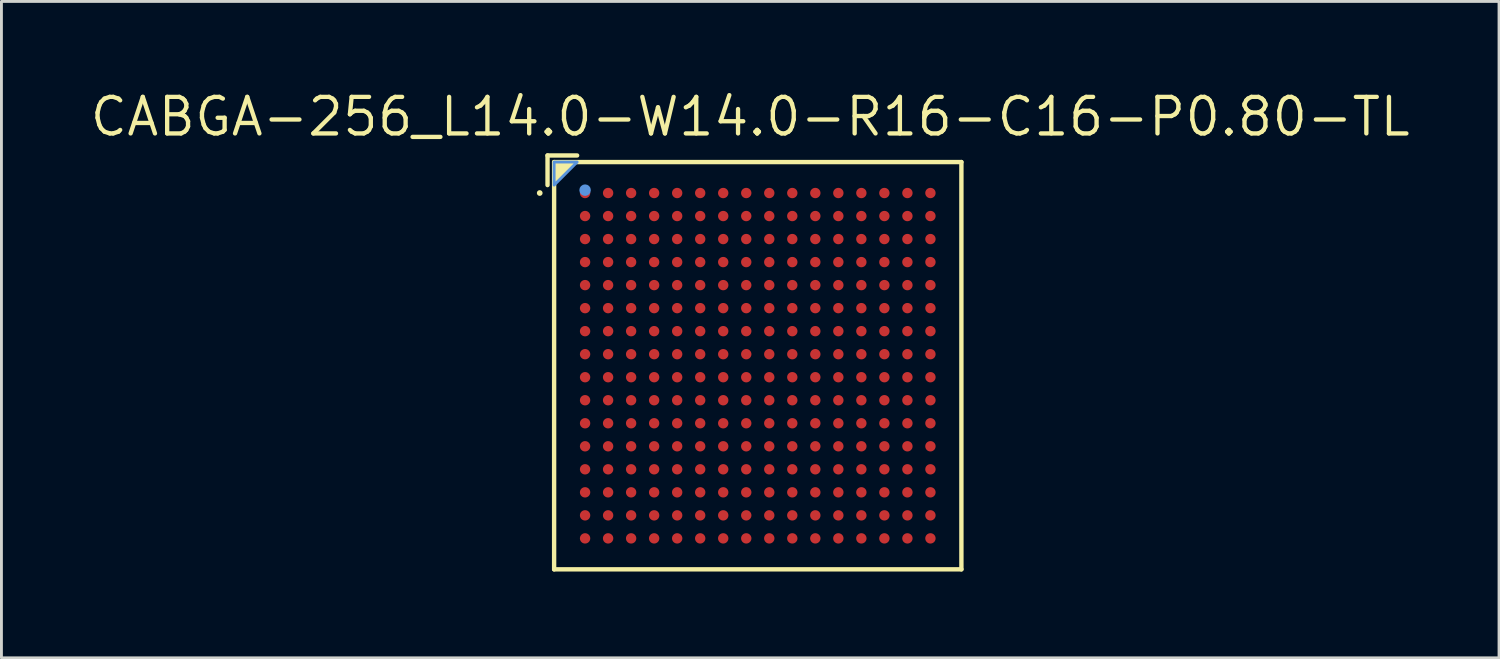
<source format=kicad_pcb>
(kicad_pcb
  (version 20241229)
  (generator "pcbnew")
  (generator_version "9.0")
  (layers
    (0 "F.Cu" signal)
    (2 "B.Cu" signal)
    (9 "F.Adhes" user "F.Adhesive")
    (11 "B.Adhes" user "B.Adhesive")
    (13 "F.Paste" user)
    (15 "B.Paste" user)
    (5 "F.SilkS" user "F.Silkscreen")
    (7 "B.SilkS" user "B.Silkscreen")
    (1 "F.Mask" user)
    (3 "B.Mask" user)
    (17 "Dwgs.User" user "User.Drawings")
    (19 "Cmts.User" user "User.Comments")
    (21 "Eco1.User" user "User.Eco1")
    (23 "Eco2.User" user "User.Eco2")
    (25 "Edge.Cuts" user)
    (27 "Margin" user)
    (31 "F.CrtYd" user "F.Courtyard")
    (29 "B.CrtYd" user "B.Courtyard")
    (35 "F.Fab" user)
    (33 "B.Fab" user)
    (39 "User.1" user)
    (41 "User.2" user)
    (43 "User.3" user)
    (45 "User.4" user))
  (footprint "CABGA-256_L14.0-W14.0-R16-C16-P0.80-TL"
    (layer "F.Cu")
    (at 23.28 9.657)
    (property "Reference" "CABGA-256_L14.0-W14.0-R16-C16-P0.80-TL" (at -0.262 -8.651 0) (layer "F.SilkS") (effects (font (size 1.27 1.27) (thickness 0.15))))
    (attr smd)
    (fp_line (start -7.305 -7.305) (end -6.276 -7.305) (stroke (width 0.152) (type solid)) (layer "F.SilkS"))
    (fp_line (start -7.305 -6.276) (end -7.305 -7.305) (stroke (width 0.152) (type solid)) (layer "F.SilkS"))
    (fp_line (start -7.076 -7.076) (end 7.076 -7.076) (stroke (width 0.152) (type solid)) (layer "F.SilkS"))
    (fp_line (start -7.076 7.076) (end -7.076 -7.076) (stroke (width 0.152) (type solid)) (layer "F.SilkS"))
    (fp_line (start 7.076 -7.076) (end 7.076 7.076) (stroke (width 0.152) (type solid)) (layer "F.SilkS"))
    (fp_line (start 7.076 7.076) (end -7.076 7.076) (stroke (width 0.152) (type solid)) (layer "F.SilkS"))
    (fp_circle (center -7.576 -6) (end -7.526 -6) (stroke (width 0.1) (type solid)) (fill no) (layer "F.SilkS"))
    (fp_poly (pts (xy -7.076 -7.076) (xy -6.276 -7.076) (xy -7.076 -6.276) (xy -7.076 -7.076)) (stroke (width 0) (type solid)) (fill yes) (layer "F.SilkS"))
    (fp_poly (pts (xy -6.144 -6.18) (xy -5.856 -6.18) (xy -5.82 -6.144) (xy -5.82 -5.856) (xy -5.856 -5.82) (xy -6.144 -5.82) (xy -6.18 -5.856) (xy -6.18 -6.144)) (stroke (width 0) (type solid)) (fill yes) (layer "F.Paste"))
    (fp_poly (pts (xy -6.144 -5.38) (xy -5.856 -5.38) (xy -5.82 -5.344) (xy -5.82 -5.056) (xy -5.856 -5.02) (xy -6.144 -5.02) (xy -6.18 -5.056) (xy -6.18 -5.344)) (stroke (width 0) (type solid)) (fill yes) (layer "F.Paste"))
    (fp_poly (pts (xy -6.144 -4.58) (xy -5.856 -4.58) (xy -5.82 -4.544) (xy -5.82 -4.256) (xy -5.856 -4.22) (xy -6.144 -4.22) (xy -6.18 -4.256) (xy -6.18 -4.544)) (stroke (width 0) (type solid)) (fill yes) (layer "F.Paste"))
    (fp_poly (pts (xy -6.144 -3.78) (xy -5.856 -3.78) (xy -5.82 -3.744) (xy -5.82 -3.456) (xy -5.856 -3.42) (xy -6.144 -3.42) (xy -6.18 -3.456) (xy -6.18 -3.744)) (stroke (width 0) (type solid)) (fill yes) (layer "F.Paste"))
    (fp_poly (pts (xy -6.144 -2.98) (xy -5.856 -2.98) (xy -5.82 -2.944) (xy -5.82 -2.656) (xy -5.856 -2.62) (xy -6.144 -2.62) (xy -6.18 -2.656) (xy -6.18 -2.944)) (stroke (width 0) (type solid)) (fill yes) (layer "F.Paste"))
    (fp_poly (pts (xy -6.144 -2.18) (xy -5.856 -2.18) (xy -5.82 -2.144) (xy -5.82 -1.856) (xy -5.856 -1.82) (xy -6.144 -1.82) (xy -6.18 -1.856) (xy -6.18 -2.144)) (stroke (width 0) (type solid)) (fill yes) (layer "F.Paste"))
    (fp_poly (pts (xy -6.144 -1.38) (xy -5.856 -1.38) (xy -5.82 -1.344) (xy -5.82 -1.056) (xy -5.856 -1.02) (xy -6.144 -1.02) (xy -6.18 -1.056) (xy -6.18 -1.344)) (stroke (width 0) (type solid)) (fill yes) (layer "F.Paste"))
    (fp_poly (pts (xy -6.144 -0.58) (xy -5.856 -0.58) (xy -5.82 -0.544) (xy -5.82 -0.256) (xy -5.856 -0.22) (xy -6.144 -0.22) (xy -6.18 -0.256) (xy -6.18 -0.544)) (stroke (width 0) (type solid)) (fill yes) (layer "F.Paste"))
    (fp_poly (pts (xy -6.144 0.22) (xy -5.856 0.22) (xy -5.82 0.256) (xy -5.82 0.544) (xy -5.856 0.58) (xy -6.144 0.58) (xy -6.18 0.544) (xy -6.18 0.256)) (stroke (width 0) (type solid)) (fill yes) (layer "F.Paste"))
    (fp_poly (pts (xy -6.144 1.02) (xy -5.856 1.02) (xy -5.82 1.056) (xy -5.82 1.344) (xy -5.856 1.38) (xy -6.144 1.38) (xy -6.18 1.344) (xy -6.18 1.056)) (stroke (width 0) (type solid)) (fill yes) (layer "F.Paste"))
    (fp_poly (pts (xy -6.144 1.82) (xy -5.856 1.82) (xy -5.82 1.856) (xy -5.82 2.144) (xy -5.856 2.18) (xy -6.144 2.18) (xy -6.18 2.144) (xy -6.18 1.856)) (stroke (width 0) (type solid)) (fill yes) (layer "F.Paste"))
    (fp_poly (pts (xy -6.144 2.62) (xy -5.856 2.62) (xy -5.82 2.656) (xy -5.82 2.944) (xy -5.856 2.98) (xy -6.144 2.98) (xy -6.18 2.944) (xy -6.18 2.656)) (stroke (width 0) (type solid)) (fill yes) (layer "F.Paste"))
    (fp_poly (pts (xy -6.144 3.42) (xy -5.856 3.42) (xy -5.82 3.456) (xy -5.82 3.744) (xy -5.856 3.78) (xy -6.144 3.78) (xy -6.18 3.744) (xy -6.18 3.456)) (stroke (width 0) (type solid)) (fill yes) (layer "F.Paste"))
    (fp_poly (pts (xy -6.144 4.22) (xy -5.856 4.22) (xy -5.82 4.256) (xy -5.82 4.544) (xy -5.856 4.58) (xy -6.144 4.58) (xy -6.18 4.544) (xy -6.18 4.256)) (stroke (width 0) (type solid)) (fill yes) (layer "F.Paste"))
    (fp_poly (pts (xy -6.144 5.02) (xy -5.856 5.02) (xy -5.82 5.056) (xy -5.82 5.344) (xy -5.856 5.38) (xy -6.144 5.38) (xy -6.18 5.344) (xy -6.18 5.056)) (stroke (width 0) (type solid)) (fill yes) (layer "F.Paste"))
    (fp_poly (pts (xy -6.144 5.82) (xy -5.856 5.82) (xy -5.82 5.856) (xy -5.82 6.144) (xy -5.856 6.18) (xy -6.144 6.18) (xy -6.18 6.144) (xy -6.18 5.856)) (stroke (width 0) (type solid)) (fill yes) (layer "F.Paste"))
    (fp_poly (pts (xy -5.344 -6.18) (xy -5.056 -6.18) (xy -5.02 -6.144) (xy -5.02 -5.856) (xy -5.056 -5.82) (xy -5.344 -5.82) (xy -5.38 -5.856) (xy -5.38 -6.144)) (stroke (width 0) (type solid)) (fill yes) (layer "F.Paste"))
    (fp_poly (pts (xy -5.344 -5.38) (xy -5.056 -5.38) (xy -5.02 -5.344) (xy -5.02 -5.056) (xy -5.056 -5.02) (xy -5.344 -5.02) (xy -5.38 -5.056) (xy -5.38 -5.344)) (stroke (width 0) (type solid)) (fill yes) (layer "F.Paste"))
    (fp_poly (pts (xy -5.344 -4.58) (xy -5.056 -4.58) (xy -5.02 -4.544) (xy -5.02 -4.256) (xy -5.056 -4.22) (xy -5.344 -4.22) (xy -5.38 -4.256) (xy -5.38 -4.544)) (stroke (width 0) (type solid)) (fill yes) (layer "F.Paste"))
    (fp_poly (pts (xy -5.344 -3.78) (xy -5.056 -3.78) (xy -5.02 -3.744) (xy -5.02 -3.456) (xy -5.056 -3.42) (xy -5.344 -3.42) (xy -5.38 -3.456) (xy -5.38 -3.744)) (stroke (width 0) (type solid)) (fill yes) (layer "F.Paste"))
    (fp_poly (pts (xy -5.344 -2.98) (xy -5.056 -2.98) (xy -5.02 -2.944) (xy -5.02 -2.656) (xy -5.056 -2.62) (xy -5.344 -2.62) (xy -5.38 -2.656) (xy -5.38 -2.944)) (stroke (width 0) (type solid)) (fill yes) (layer "F.Paste"))
    (fp_poly (pts (xy -5.344 -2.18) (xy -5.056 -2.18) (xy -5.02 -2.144) (xy -5.02 -1.856) (xy -5.056 -1.82) (xy -5.344 -1.82) (xy -5.38 -1.856) (xy -5.38 -2.144)) (stroke (width 0) (type solid)) (fill yes) (layer "F.Paste"))
    (fp_poly (pts (xy -5.344 -1.38) (xy -5.056 -1.38) (xy -5.02 -1.344) (xy -5.02 -1.056) (xy -5.056 -1.02) (xy -5.344 -1.02) (xy -5.38 -1.056) (xy -5.38 -1.344)) (stroke (width 0) (type solid)) (fill yes) (layer "F.Paste"))
    (fp_poly (pts (xy -5.344 -0.58) (xy -5.056 -0.58) (xy -5.02 -0.544) (xy -5.02 -0.256) (xy -5.056 -0.22) (xy -5.344 -0.22) (xy -5.38 -0.256) (xy -5.38 -0.544)) (stroke (width 0) (type solid)) (fill yes) (layer "F.Paste"))
    (fp_poly (pts (xy -5.344 0.22) (xy -5.056 0.22) (xy -5.02 0.256) (xy -5.02 0.544) (xy -5.056 0.58) (xy -5.344 0.58) (xy -5.38 0.544) (xy -5.38 0.256)) (stroke (width 0) (type solid)) (fill yes) (layer "F.Paste"))
    (fp_poly (pts (xy -5.344 1.02) (xy -5.056 1.02) (xy -5.02 1.056) (xy -5.02 1.344) (xy -5.056 1.38) (xy -5.344 1.38) (xy -5.38 1.344) (xy -5.38 1.056)) (stroke (width 0) (type solid)) (fill yes) (layer "F.Paste"))
    (fp_poly (pts (xy -5.344 1.82) (xy -5.056 1.82) (xy -5.02 1.856) (xy -5.02 2.144) (xy -5.056 2.18) (xy -5.344 2.18) (xy -5.38 2.144) (xy -5.38 1.856)) (stroke (width 0) (type solid)) (fill yes) (layer "F.Paste"))
    (fp_poly (pts (xy -5.344 2.62) (xy -5.056 2.62) (xy -5.02 2.656) (xy -5.02 2.944) (xy -5.056 2.98) (xy -5.344 2.98) (xy -5.38 2.944) (xy -5.38 2.656)) (stroke (width 0) (type solid)) (fill yes) (layer "F.Paste"))
    (fp_poly (pts (xy -5.344 3.42) (xy -5.056 3.42) (xy -5.02 3.456) (xy -5.02 3.744) (xy -5.056 3.78) (xy -5.344 3.78) (xy -5.38 3.744) (xy -5.38 3.456)) (stroke (width 0) (type solid)) (fill yes) (layer "F.Paste"))
    (fp_poly (pts (xy -5.344 4.22) (xy -5.056 4.22) (xy -5.02 4.256) (xy -5.02 4.544) (xy -5.056 4.58) (xy -5.344 4.58) (xy -5.38 4.544) (xy -5.38 4.256)) (stroke (width 0) (type solid)) (fill yes) (layer "F.Paste"))
    (fp_poly (pts (xy -5.344 5.02) (xy -5.056 5.02) (xy -5.02 5.056) (xy -5.02 5.344) (xy -5.056 5.38) (xy -5.344 5.38) (xy -5.38 5.344) (xy -5.38 5.056)) (stroke (width 0) (type solid)) (fill yes) (layer "F.Paste"))
    (fp_poly (pts (xy -5.344 5.82) (xy -5.056 5.82) (xy -5.02 5.856) (xy -5.02 6.144) (xy -5.056 6.18) (xy -5.344 6.18) (xy -5.38 6.144) (xy -5.38 5.856)) (stroke (width 0) (type solid)) (fill yes) (layer "F.Paste"))
    (fp_poly (pts (xy -4.544 -6.18) (xy -4.256 -6.18) (xy -4.22 -6.144) (xy -4.22 -5.856) (xy -4.256 -5.82) (xy -4.544 -5.82) (xy -4.58 -5.856) (xy -4.58 -6.144)) (stroke (width 0) (type solid)) (fill yes) (layer "F.Paste"))
    (fp_poly (pts (xy -4.544 -5.38) (xy -4.256 -5.38) (xy -4.22 -5.344) (xy -4.22 -5.056) (xy -4.256 -5.02) (xy -4.544 -5.02) (xy -4.58 -5.056) (xy -4.58 -5.344)) (stroke (width 0) (type solid)) (fill yes) (layer "F.Paste"))
    (fp_poly (pts (xy -4.544 -4.58) (xy -4.256 -4.58) (xy -4.22 -4.544) (xy -4.22 -4.256) (xy -4.256 -4.22) (xy -4.544 -4.22) (xy -4.58 -4.256) (xy -4.58 -4.544)) (stroke (width 0) (type solid)) (fill yes) (layer "F.Paste"))
    (fp_poly (pts (xy -4.544 -3.78) (xy -4.256 -3.78) (xy -4.22 -3.744) (xy -4.22 -3.456) (xy -4.256 -3.42) (xy -4.544 -3.42) (xy -4.58 -3.456) (xy -4.58 -3.744)) (stroke (width 0) (type solid)) (fill yes) (layer "F.Paste"))
    (fp_poly (pts (xy -4.544 -2.98) (xy -4.256 -2.98) (xy -4.22 -2.944) (xy -4.22 -2.656) (xy -4.256 -2.62) (xy -4.544 -2.62) (xy -4.58 -2.656) (xy -4.58 -2.944)) (stroke (width 0) (type solid)) (fill yes) (layer "F.Paste"))
    (fp_poly (pts (xy -4.544 -2.18) (xy -4.256 -2.18) (xy -4.22 -2.144) (xy -4.22 -1.856) (xy -4.256 -1.82) (xy -4.544 -1.82) (xy -4.58 -1.856) (xy -4.58 -2.144)) (stroke (width 0) (type solid)) (fill yes) (layer "F.Paste"))
    (fp_poly (pts (xy -4.544 -1.38) (xy -4.256 -1.38) (xy -4.22 -1.344) (xy -4.22 -1.056) (xy -4.256 -1.02) (xy -4.544 -1.02) (xy -4.58 -1.056) (xy -4.58 -1.344)) (stroke (width 0) (type solid)) (fill yes) (layer "F.Paste"))
    (fp_poly (pts (xy -4.544 -0.58) (xy -4.256 -0.58) (xy -4.22 -0.544) (xy -4.22 -0.256) (xy -4.256 -0.22) (xy -4.544 -0.22) (xy -4.58 -0.256) (xy -4.58 -0.544)) (stroke (width 0) (type solid)) (fill yes) (layer "F.Paste"))
    (fp_poly (pts (xy -4.544 0.22) (xy -4.256 0.22) (xy -4.22 0.256) (xy -4.22 0.544) (xy -4.256 0.58) (xy -4.544 0.58) (xy -4.58 0.544) (xy -4.58 0.256)) (stroke (width 0) (type solid)) (fill yes) (layer "F.Paste"))
    (fp_poly (pts (xy -4.544 1.02) (xy -4.256 1.02) (xy -4.22 1.056) (xy -4.22 1.344) (xy -4.256 1.38) (xy -4.544 1.38) (xy -4.58 1.344) (xy -4.58 1.056)) (stroke (width 0) (type solid)) (fill yes) (layer "F.Paste"))
    (fp_poly (pts (xy -4.544 1.82) (xy -4.256 1.82) (xy -4.22 1.856) (xy -4.22 2.144) (xy -4.256 2.18) (xy -4.544 2.18) (xy -4.58 2.144) (xy -4.58 1.856)) (stroke (width 0) (type solid)) (fill yes) (layer "F.Paste"))
    (fp_poly (pts (xy -4.544 2.62) (xy -4.256 2.62) (xy -4.22 2.656) (xy -4.22 2.944) (xy -4.256 2.98) (xy -4.544 2.98) (xy -4.58 2.944) (xy -4.58 2.656)) (stroke (width 0) (type solid)) (fill yes) (layer "F.Paste"))
    (fp_poly (pts (xy -4.544 3.42) (xy -4.256 3.42) (xy -4.22 3.456) (xy -4.22 3.744) (xy -4.256 3.78) (xy -4.544 3.78) (xy -4.58 3.744) (xy -4.58 3.456)) (stroke (width 0) (type solid)) (fill yes) (layer "F.Paste"))
    (fp_poly (pts (xy -4.544 4.22) (xy -4.256 4.22) (xy -4.22 4.256) (xy -4.22 4.544) (xy -4.256 4.58) (xy -4.544 4.58) (xy -4.58 4.544) (xy -4.58 4.256)) (stroke (width 0) (type solid)) (fill yes) (layer "F.Paste"))
    (fp_poly (pts (xy -4.544 5.02) (xy -4.256 5.02) (xy -4.22 5.056) (xy -4.22 5.344) (xy -4.256 5.38) (xy -4.544 5.38) (xy -4.58 5.344) (xy -4.58 5.056)) (stroke (width 0) (type solid)) (fill yes) (layer "F.Paste"))
    (fp_poly (pts (xy -4.544 5.82) (xy -4.256 5.82) (xy -4.22 5.856) (xy -4.22 6.144) (xy -4.256 6.18) (xy -4.544 6.18) (xy -4.58 6.144) (xy -4.58 5.856)) (stroke (width 0) (type solid)) (fill yes) (layer "F.Paste"))
    (fp_poly (pts (xy -3.744 -6.18) (xy -3.456 -6.18) (xy -3.42 -6.144) (xy -3.42 -5.856) (xy -3.456 -5.82) (xy -3.744 -5.82) (xy -3.78 -5.856) (xy -3.78 -6.144)) (stroke (width 0) (type solid)) (fill yes) (layer "F.Paste"))
    (fp_poly (pts (xy -3.744 -5.38) (xy -3.456 -5.38) (xy -3.42 -5.344) (xy -3.42 -5.056) (xy -3.456 -5.02) (xy -3.744 -5.02) (xy -3.78 -5.056) (xy -3.78 -5.344)) (stroke (width 0) (type solid)) (fill yes) (layer "F.Paste"))
    (fp_poly (pts (xy -3.744 -4.58) (xy -3.456 -4.58) (xy -3.42 -4.544) (xy -3.42 -4.256) (xy -3.456 -4.22) (xy -3.744 -4.22) (xy -3.78 -4.256) (xy -3.78 -4.544)) (stroke (width 0) (type solid)) (fill yes) (layer "F.Paste"))
    (fp_poly (pts (xy -3.744 -3.78) (xy -3.456 -3.78) (xy -3.42 -3.744) (xy -3.42 -3.456) (xy -3.456 -3.42) (xy -3.744 -3.42) (xy -3.78 -3.456) (xy -3.78 -3.744)) (stroke (width 0) (type solid)) (fill yes) (layer "F.Paste"))
    (fp_poly (pts (xy -3.744 -2.98) (xy -3.456 -2.98) (xy -3.42 -2.944) (xy -3.42 -2.656) (xy -3.456 -2.62) (xy -3.744 -2.62) (xy -3.78 -2.656) (xy -3.78 -2.944)) (stroke (width 0) (type solid)) (fill yes) (layer "F.Paste"))
    (fp_poly (pts (xy -3.744 -2.18) (xy -3.456 -2.18) (xy -3.42 -2.144) (xy -3.42 -1.856) (xy -3.456 -1.82) (xy -3.744 -1.82) (xy -3.78 -1.856) (xy -3.78 -2.144)) (stroke (width 0) (type solid)) (fill yes) (layer "F.Paste"))
    (fp_poly (pts (xy -3.744 -1.38) (xy -3.456 -1.38) (xy -3.42 -1.344) (xy -3.42 -1.056) (xy -3.456 -1.02) (xy -3.744 -1.02) (xy -3.78 -1.056) (xy -3.78 -1.344)) (stroke (width 0) (type solid)) (fill yes) (layer "F.Paste"))
    (fp_poly (pts (xy -3.744 -0.58) (xy -3.456 -0.58) (xy -3.42 -0.544) (xy -3.42 -0.256) (xy -3.456 -0.22) (xy -3.744 -0.22) (xy -3.78 -0.256) (xy -3.78 -0.544)) (stroke (width 0) (type solid)) (fill yes) (layer "F.Paste"))
    (fp_poly (pts (xy -3.744 0.22) (xy -3.456 0.22) (xy -3.42 0.256) (xy -3.42 0.544) (xy -3.456 0.58) (xy -3.744 0.58) (xy -3.78 0.544) (xy -3.78 0.256)) (stroke (width 0) (type solid)) (fill yes) (layer "F.Paste"))
    (fp_poly (pts (xy -3.744 1.02) (xy -3.456 1.02) (xy -3.42 1.056) (xy -3.42 1.344) (xy -3.456 1.38) (xy -3.744 1.38) (xy -3.78 1.344) (xy -3.78 1.056)) (stroke (width 0) (type solid)) (fill yes) (layer "F.Paste"))
    (fp_poly (pts (xy -3.744 1.82) (xy -3.456 1.82) (xy -3.42 1.856) (xy -3.42 2.144) (xy -3.456 2.18) (xy -3.744 2.18) (xy -3.78 2.144) (xy -3.78 1.856)) (stroke (width 0) (type solid)) (fill yes) (layer "F.Paste"))
    (fp_poly (pts (xy -3.744 2.62) (xy -3.456 2.62) (xy -3.42 2.656) (xy -3.42 2.944) (xy -3.456 2.98) (xy -3.744 2.98) (xy -3.78 2.944) (xy -3.78 2.656)) (stroke (width 0) (type solid)) (fill yes) (layer "F.Paste"))
    (fp_poly (pts (xy -3.744 3.42) (xy -3.456 3.42) (xy -3.42 3.456) (xy -3.42 3.744) (xy -3.456 3.78) (xy -3.744 3.78) (xy -3.78 3.744) (xy -3.78 3.456)) (stroke (width 0) (type solid)) (fill yes) (layer "F.Paste"))
    (fp_poly (pts (xy -3.744 4.22) (xy -3.456 4.22) (xy -3.42 4.256) (xy -3.42 4.544) (xy -3.456 4.58) (xy -3.744 4.58) (xy -3.78 4.544) (xy -3.78 4.256)) (stroke (width 0) (type solid)) (fill yes) (layer "F.Paste"))
    (fp_poly (pts (xy -3.744 5.02) (xy -3.456 5.02) (xy -3.42 5.056) (xy -3.42 5.344) (xy -3.456 5.38) (xy -3.744 5.38) (xy -3.78 5.344) (xy -3.78 5.056)) (stroke (width 0) (type solid)) (fill yes) (layer "F.Paste"))
    (fp_poly (pts (xy -3.744 5.82) (xy -3.456 5.82) (xy -3.42 5.856) (xy -3.42 6.144) (xy -3.456 6.18) (xy -3.744 6.18) (xy -3.78 6.144) (xy -3.78 5.856)) (stroke (width 0) (type solid)) (fill yes) (layer "F.Paste"))
    (fp_poly (pts (xy -2.944 -6.18) (xy -2.656 -6.18) (xy -2.62 -6.144) (xy -2.62 -5.856) (xy -2.656 -5.82) (xy -2.944 -5.82) (xy -2.98 -5.856) (xy -2.98 -6.144)) (stroke (width 0) (type solid)) (fill yes) (layer "F.Paste"))
    (fp_poly (pts (xy -2.944 -5.38) (xy -2.656 -5.38) (xy -2.62 -5.344) (xy -2.62 -5.056) (xy -2.656 -5.02) (xy -2.944 -5.02) (xy -2.98 -5.056) (xy -2.98 -5.344)) (stroke (width 0) (type solid)) (fill yes) (layer "F.Paste"))
    (fp_poly (pts (xy -2.944 -4.58) (xy -2.656 -4.58) (xy -2.62 -4.544) (xy -2.62 -4.256) (xy -2.656 -4.22) (xy -2.944 -4.22) (xy -2.98 -4.256) (xy -2.98 -4.544)) (stroke (width 0) (type solid)) (fill yes) (layer "F.Paste"))
    (fp_poly (pts (xy -2.944 -3.78) (xy -2.656 -3.78) (xy -2.62 -3.744) (xy -2.62 -3.456) (xy -2.656 -3.42) (xy -2.944 -3.42) (xy -2.98 -3.456) (xy -2.98 -3.744)) (stroke (width 0) (type solid)) (fill yes) (layer "F.Paste"))
    (fp_poly (pts (xy -2.944 -2.98) (xy -2.656 -2.98) (xy -2.62 -2.944) (xy -2.62 -2.656) (xy -2.656 -2.62) (xy -2.944 -2.62) (xy -2.98 -2.656) (xy -2.98 -2.944)) (stroke (width 0) (type solid)) (fill yes) (layer "F.Paste"))
    (fp_poly (pts (xy -2.944 -2.18) (xy -2.656 -2.18) (xy -2.62 -2.144) (xy -2.62 -1.856) (xy -2.656 -1.82) (xy -2.944 -1.82) (xy -2.98 -1.856) (xy -2.98 -2.144)) (stroke (width 0) (type solid)) (fill yes) (layer "F.Paste"))
    (fp_poly (pts (xy -2.944 -1.38) (xy -2.656 -1.38) (xy -2.62 -1.344) (xy -2.62 -1.056) (xy -2.656 -1.02) (xy -2.944 -1.02) (xy -2.98 -1.056) (xy -2.98 -1.344)) (stroke (width 0) (type solid)) (fill yes) (layer "F.Paste"))
    (fp_poly (pts (xy -2.944 -0.58) (xy -2.656 -0.58) (xy -2.62 -0.544) (xy -2.62 -0.256) (xy -2.656 -0.22) (xy -2.944 -0.22) (xy -2.98 -0.256) (xy -2.98 -0.544)) (stroke (width 0) (type solid)) (fill yes) (layer "F.Paste"))
    (fp_poly (pts (xy -2.944 0.22) (xy -2.656 0.22) (xy -2.62 0.256) (xy -2.62 0.544) (xy -2.656 0.58) (xy -2.944 0.58) (xy -2.98 0.544) (xy -2.98 0.256)) (stroke (width 0) (type solid)) (fill yes) (layer "F.Paste"))
    (fp_poly (pts (xy -2.944 1.02) (xy -2.656 1.02) (xy -2.62 1.056) (xy -2.62 1.344) (xy -2.656 1.38) (xy -2.944 1.38) (xy -2.98 1.344) (xy -2.98 1.056)) (stroke (width 0) (type solid)) (fill yes) (layer "F.Paste"))
    (fp_poly (pts (xy -2.944 1.82) (xy -2.656 1.82) (xy -2.62 1.856) (xy -2.62 2.144) (xy -2.656 2.18) (xy -2.944 2.18) (xy -2.98 2.144) (xy -2.98 1.856)) (stroke (width 0) (type solid)) (fill yes) (layer "F.Paste"))
    (fp_poly (pts (xy -2.944 2.62) (xy -2.656 2.62) (xy -2.62 2.656) (xy -2.62 2.944) (xy -2.656 2.98) (xy -2.944 2.98) (xy -2.98 2.944) (xy -2.98 2.656)) (stroke (width 0) (type solid)) (fill yes) (layer "F.Paste"))
    (fp_poly (pts (xy -2.944 3.42) (xy -2.656 3.42) (xy -2.62 3.456) (xy -2.62 3.744) (xy -2.656 3.78) (xy -2.944 3.78) (xy -2.98 3.744) (xy -2.98 3.456)) (stroke (width 0) (type solid)) (fill yes) (layer "F.Paste"))
    (fp_poly (pts (xy -2.944 4.22) (xy -2.656 4.22) (xy -2.62 4.256) (xy -2.62 4.544) (xy -2.656 4.58) (xy -2.944 4.58) (xy -2.98 4.544) (xy -2.98 4.256)) (stroke (width 0) (type solid)) (fill yes) (layer "F.Paste"))
    (fp_poly (pts (xy -2.944 5.02) (xy -2.656 5.02) (xy -2.62 5.056) (xy -2.62 5.344) (xy -2.656 5.38) (xy -2.944 5.38) (xy -2.98 5.344) (xy -2.98 5.056)) (stroke (width 0) (type solid)) (fill yes) (layer "F.Paste"))
    (fp_poly (pts (xy -2.944 5.82) (xy -2.656 5.82) (xy -2.62 5.856) (xy -2.62 6.144) (xy -2.656 6.18) (xy -2.944 6.18) (xy -2.98 6.144) (xy -2.98 5.856)) (stroke (width 0) (type solid)) (fill yes) (layer "F.Paste"))
    (fp_poly (pts (xy -2.144 -6.18) (xy -1.856 -6.18) (xy -1.82 -6.144) (xy -1.82 -5.856) (xy -1.856 -5.82) (xy -2.144 -5.82) (xy -2.18 -5.856) (xy -2.18 -6.144)) (stroke (width 0) (type solid)) (fill yes) (layer "F.Paste"))
    (fp_poly (pts (xy -2.144 -5.38) (xy -1.856 -5.38) (xy -1.82 -5.344) (xy -1.82 -5.056) (xy -1.856 -5.02) (xy -2.144 -5.02) (xy -2.18 -5.056) (xy -2.18 -5.344)) (stroke (width 0) (type solid)) (fill yes) (layer "F.Paste"))
    (fp_poly (pts (xy -2.144 -4.58) (xy -1.856 -4.58) (xy -1.82 -4.544) (xy -1.82 -4.256) (xy -1.856 -4.22) (xy -2.144 -4.22) (xy -2.18 -4.256) (xy -2.18 -4.544)) (stroke (width 0) (type solid)) (fill yes) (layer "F.Paste"))
    (fp_poly (pts (xy -2.144 -3.78) (xy -1.856 -3.78) (xy -1.82 -3.744) (xy -1.82 -3.456) (xy -1.856 -3.42) (xy -2.144 -3.42) (xy -2.18 -3.456) (xy -2.18 -3.744)) (stroke (width 0) (type solid)) (fill yes) (layer "F.Paste"))
    (fp_poly (pts (xy -2.144 -2.98) (xy -1.856 -2.98) (xy -1.82 -2.944) (xy -1.82 -2.656) (xy -1.856 -2.62) (xy -2.144 -2.62) (xy -2.18 -2.656) (xy -2.18 -2.944)) (stroke (width 0) (type solid)) (fill yes) (layer "F.Paste"))
    (fp_poly (pts (xy -2.144 -2.18) (xy -1.856 -2.18) (xy -1.82 -2.144) (xy -1.82 -1.856) (xy -1.856 -1.82) (xy -2.144 -1.82) (xy -2.18 -1.856) (xy -2.18 -2.144)) (stroke (width 0) (type solid)) (fill yes) (layer "F.Paste"))
    (fp_poly (pts (xy -2.144 -1.38) (xy -1.856 -1.38) (xy -1.82 -1.344) (xy -1.82 -1.056) (xy -1.856 -1.02) (xy -2.144 -1.02) (xy -2.18 -1.056) (xy -2.18 -1.344)) (stroke (width 0) (type solid)) (fill yes) (layer "F.Paste"))
    (fp_poly (pts (xy -2.144 -0.58) (xy -1.856 -0.58) (xy -1.82 -0.544) (xy -1.82 -0.256) (xy -1.856 -0.22) (xy -2.144 -0.22) (xy -2.18 -0.256) (xy -2.18 -0.544)) (stroke (width 0) (type solid)) (fill yes) (layer "F.Paste"))
    (fp_poly (pts (xy -2.144 0.22) (xy -1.856 0.22) (xy -1.82 0.256) (xy -1.82 0.544) (xy -1.856 0.58) (xy -2.144 0.58) (xy -2.18 0.544) (xy -2.18 0.256)) (stroke (width 0) (type solid)) (fill yes) (layer "F.Paste"))
    (fp_poly (pts (xy -2.144 1.02) (xy -1.856 1.02) (xy -1.82 1.056) (xy -1.82 1.344) (xy -1.856 1.38) (xy -2.144 1.38) (xy -2.18 1.344) (xy -2.18 1.056)) (stroke (width 0) (type solid)) (fill yes) (layer "F.Paste"))
    (fp_poly (pts (xy -2.144 1.82) (xy -1.856 1.82) (xy -1.82 1.856) (xy -1.82 2.144) (xy -1.856 2.18) (xy -2.144 2.18) (xy -2.18 2.144) (xy -2.18 1.856)) (stroke (width 0) (type solid)) (fill yes) (layer "F.Paste"))
    (fp_poly (pts (xy -2.144 2.62) (xy -1.856 2.62) (xy -1.82 2.656) (xy -1.82 2.944) (xy -1.856 2.98) (xy -2.144 2.98) (xy -2.18 2.944) (xy -2.18 2.656)) (stroke (width 0) (type solid)) (fill yes) (layer "F.Paste"))
    (fp_poly (pts (xy -2.144 3.42) (xy -1.856 3.42) (xy -1.82 3.456) (xy -1.82 3.744) (xy -1.856 3.78) (xy -2.144 3.78) (xy -2.18 3.744) (xy -2.18 3.456)) (stroke (width 0) (type solid)) (fill yes) (layer "F.Paste"))
    (fp_poly (pts (xy -2.144 4.22) (xy -1.856 4.22) (xy -1.82 4.256) (xy -1.82 4.544) (xy -1.856 4.58) (xy -2.144 4.58) (xy -2.18 4.544) (xy -2.18 4.256)) (stroke (width 0) (type solid)) (fill yes) (layer "F.Paste"))
    (fp_poly (pts (xy -2.144 5.02) (xy -1.856 5.02) (xy -1.82 5.056) (xy -1.82 5.344) (xy -1.856 5.38) (xy -2.144 5.38) (xy -2.18 5.344) (xy -2.18 5.056)) (stroke (width 0) (type solid)) (fill yes) (layer "F.Paste"))
    (fp_poly (pts (xy -2.144 5.82) (xy -1.856 5.82) (xy -1.82 5.856) (xy -1.82 6.144) (xy -1.856 6.18) (xy -2.144 6.18) (xy -2.18 6.144) (xy -2.18 5.856)) (stroke (width 0) (type solid)) (fill yes) (layer "F.Paste"))
    (fp_poly (pts (xy -1.344 -6.18) (xy -1.056 -6.18) (xy -1.02 -6.144) (xy -1.02 -5.856) (xy -1.056 -5.82) (xy -1.344 -5.82) (xy -1.38 -5.856) (xy -1.38 -6.144)) (stroke (width 0) (type solid)) (fill yes) (layer "F.Paste"))
    (fp_poly (pts (xy -1.344 -5.38) (xy -1.056 -5.38) (xy -1.02 -5.344) (xy -1.02 -5.056) (xy -1.056 -5.02) (xy -1.344 -5.02) (xy -1.38 -5.056) (xy -1.38 -5.344)) (stroke (width 0) (type solid)) (fill yes) (layer "F.Paste"))
    (fp_poly (pts (xy -1.344 -4.58) (xy -1.056 -4.58) (xy -1.02 -4.544) (xy -1.02 -4.256) (xy -1.056 -4.22) (xy -1.344 -4.22) (xy -1.38 -4.256) (xy -1.38 -4.544)) (stroke (width 0) (type solid)) (fill yes) (layer "F.Paste"))
    (fp_poly (pts (xy -1.344 -3.78) (xy -1.056 -3.78) (xy -1.02 -3.744) (xy -1.02 -3.456) (xy -1.056 -3.42) (xy -1.344 -3.42) (xy -1.38 -3.456) (xy -1.38 -3.744)) (stroke (width 0) (type solid)) (fill yes) (layer "F.Paste"))
    (fp_poly (pts (xy -1.344 -2.98) (xy -1.056 -2.98) (xy -1.02 -2.944) (xy -1.02 -2.656) (xy -1.056 -2.62) (xy -1.344 -2.62) (xy -1.38 -2.656) (xy -1.38 -2.944)) (stroke (width 0) (type solid)) (fill yes) (layer "F.Paste"))
    (fp_poly (pts (xy -1.344 -2.18) (xy -1.056 -2.18) (xy -1.02 -2.144) (xy -1.02 -1.856) (xy -1.056 -1.82) (xy -1.344 -1.82) (xy -1.38 -1.856) (xy -1.38 -2.144)) (stroke (width 0) (type solid)) (fill yes) (layer "F.Paste"))
    (fp_poly (pts (xy -1.344 -1.38) (xy -1.056 -1.38) (xy -1.02 -1.344) (xy -1.02 -1.056) (xy -1.056 -1.02) (xy -1.344 -1.02) (xy -1.38 -1.056) (xy -1.38 -1.344)) (stroke (width 0) (type solid)) (fill yes) (layer "F.Paste"))
    (fp_poly (pts (xy -1.344 -0.58) (xy -1.056 -0.58) (xy -1.02 -0.544) (xy -1.02 -0.256) (xy -1.056 -0.22) (xy -1.344 -0.22) (xy -1.38 -0.256) (xy -1.38 -0.544)) (stroke (width 0) (type solid)) (fill yes) (layer "F.Paste"))
    (fp_poly (pts (xy -1.344 0.22) (xy -1.056 0.22) (xy -1.02 0.256) (xy -1.02 0.544) (xy -1.056 0.58) (xy -1.344 0.58) (xy -1.38 0.544) (xy -1.38 0.256)) (stroke (width 0) (type solid)) (fill yes) (layer "F.Paste"))
    (fp_poly (pts (xy -1.344 1.02) (xy -1.056 1.02) (xy -1.02 1.056) (xy -1.02 1.344) (xy -1.056 1.38) (xy -1.344 1.38) (xy -1.38 1.344) (xy -1.38 1.056)) (stroke (width 0) (type solid)) (fill yes) (layer "F.Paste"))
    (fp_poly (pts (xy -1.344 1.82) (xy -1.056 1.82) (xy -1.02 1.856) (xy -1.02 2.144) (xy -1.056 2.18) (xy -1.344 2.18) (xy -1.38 2.144) (xy -1.38 1.856)) (stroke (width 0) (type solid)) (fill yes) (layer "F.Paste"))
    (fp_poly (pts (xy -1.344 2.62) (xy -1.056 2.62) (xy -1.02 2.656) (xy -1.02 2.944) (xy -1.056 2.98) (xy -1.344 2.98) (xy -1.38 2.944) (xy -1.38 2.656)) (stroke (width 0) (type solid)) (fill yes) (layer "F.Paste"))
    (fp_poly (pts (xy -1.344 3.42) (xy -1.056 3.42) (xy -1.02 3.456) (xy -1.02 3.744) (xy -1.056 3.78) (xy -1.344 3.78) (xy -1.38 3.744) (xy -1.38 3.456)) (stroke (width 0) (type solid)) (fill yes) (layer "F.Paste"))
    (fp_poly (pts (xy -1.344 4.22) (xy -1.056 4.22) (xy -1.02 4.256) (xy -1.02 4.544) (xy -1.056 4.58) (xy -1.344 4.58) (xy -1.38 4.544) (xy -1.38 4.256)) (stroke (width 0) (type solid)) (fill yes) (layer "F.Paste"))
    (fp_poly (pts (xy -1.344 5.02) (xy -1.056 5.02) (xy -1.02 5.056) (xy -1.02 5.344) (xy -1.056 5.38) (xy -1.344 5.38) (xy -1.38 5.344) (xy -1.38 5.056)) (stroke (width 0) (type solid)) (fill yes) (layer "F.Paste"))
    (fp_poly (pts (xy -1.344 5.82) (xy -1.056 5.82) (xy -1.02 5.856) (xy -1.02 6.144) (xy -1.056 6.18) (xy -1.344 6.18) (xy -1.38 6.144) (xy -1.38 5.856)) (stroke (width 0) (type solid)) (fill yes) (layer "F.Paste"))
    (fp_poly (pts (xy -0.544 -6.18) (xy -0.256 -6.18) (xy -0.22 -6.144) (xy -0.22 -5.856) (xy -0.256 -5.82) (xy -0.544 -5.82) (xy -0.58 -5.856) (xy -0.58 -6.144)) (stroke (width 0) (type solid)) (fill yes) (layer "F.Paste"))
    (fp_poly (pts (xy -0.544 -5.38) (xy -0.256 -5.38) (xy -0.22 -5.344) (xy -0.22 -5.056) (xy -0.256 -5.02) (xy -0.544 -5.02) (xy -0.58 -5.056) (xy -0.58 -5.344)) (stroke (width 0) (type solid)) (fill yes) (layer "F.Paste"))
    (fp_poly (pts (xy -0.544 -4.58) (xy -0.256 -4.58) (xy -0.22 -4.544) (xy -0.22 -4.256) (xy -0.256 -4.22) (xy -0.544 -4.22) (xy -0.58 -4.256) (xy -0.58 -4.544)) (stroke (width 0) (type solid)) (fill yes) (layer "F.Paste"))
    (fp_poly (pts (xy -0.544 -3.78) (xy -0.256 -3.78) (xy -0.22 -3.744) (xy -0.22 -3.456) (xy -0.256 -3.42) (xy -0.544 -3.42) (xy -0.58 -3.456) (xy -0.58 -3.744)) (stroke (width 0) (type solid)) (fill yes) (layer "F.Paste"))
    (fp_poly (pts (xy -0.544 -2.98) (xy -0.256 -2.98) (xy -0.22 -2.944) (xy -0.22 -2.656) (xy -0.256 -2.62) (xy -0.544 -2.62) (xy -0.58 -2.656) (xy -0.58 -2.944)) (stroke (width 0) (type solid)) (fill yes) (layer "F.Paste"))
    (fp_poly (pts (xy -0.544 -2.18) (xy -0.256 -2.18) (xy -0.22 -2.144) (xy -0.22 -1.856) (xy -0.256 -1.82) (xy -0.544 -1.82) (xy -0.58 -1.856) (xy -0.58 -2.144)) (stroke (width 0) (type solid)) (fill yes) (layer "F.Paste"))
    (fp_poly (pts (xy -0.544 -1.38) (xy -0.256 -1.38) (xy -0.22 -1.344) (xy -0.22 -1.056) (xy -0.256 -1.02) (xy -0.544 -1.02) (xy -0.58 -1.056) (xy -0.58 -1.344)) (stroke (width 0) (type solid)) (fill yes) (layer "F.Paste"))
    (fp_poly (pts (xy -0.544 -0.58) (xy -0.256 -0.58) (xy -0.22 -0.544) (xy -0.22 -0.256) (xy -0.256 -0.22) (xy -0.544 -0.22) (xy -0.58 -0.256) (xy -0.58 -0.544)) (stroke (width 0) (type solid)) (fill yes) (layer "F.Paste"))
    (fp_poly (pts (xy -0.544 0.22) (xy -0.256 0.22) (xy -0.22 0.256) (xy -0.22 0.544) (xy -0.256 0.58) (xy -0.544 0.58) (xy -0.58 0.544) (xy -0.58 0.256)) (stroke (width 0) (type solid)) (fill yes) (layer "F.Paste"))
    (fp_poly (pts (xy -0.544 1.02) (xy -0.256 1.02) (xy -0.22 1.056) (xy -0.22 1.344) (xy -0.256 1.38) (xy -0.544 1.38) (xy -0.58 1.344) (xy -0.58 1.056)) (stroke (width 0) (type solid)) (fill yes) (layer "F.Paste"))
    (fp_poly (pts (xy -0.544 1.82) (xy -0.256 1.82) (xy -0.22 1.856) (xy -0.22 2.144) (xy -0.256 2.18) (xy -0.544 2.18) (xy -0.58 2.144) (xy -0.58 1.856)) (stroke (width 0) (type solid)) (fill yes) (layer "F.Paste"))
    (fp_poly (pts (xy -0.544 2.62) (xy -0.256 2.62) (xy -0.22 2.656) (xy -0.22 2.944) (xy -0.256 2.98) (xy -0.544 2.98) (xy -0.58 2.944) (xy -0.58 2.656)) (stroke (width 0) (type solid)) (fill yes) (layer "F.Paste"))
    (fp_poly (pts (xy -0.544 3.42) (xy -0.256 3.42) (xy -0.22 3.456) (xy -0.22 3.744) (xy -0.256 3.78) (xy -0.544 3.78) (xy -0.58 3.744) (xy -0.58 3.456)) (stroke (width 0) (type solid)) (fill yes) (layer "F.Paste"))
    (fp_poly (pts (xy -0.544 4.22) (xy -0.256 4.22) (xy -0.22 4.256) (xy -0.22 4.544) (xy -0.256 4.58) (xy -0.544 4.58) (xy -0.58 4.544) (xy -0.58 4.256)) (stroke (width 0) (type solid)) (fill yes) (layer "F.Paste"))
    (fp_poly (pts (xy -0.544 5.02) (xy -0.256 5.02) (xy -0.22 5.056) (xy -0.22 5.344) (xy -0.256 5.38) (xy -0.544 5.38) (xy -0.58 5.344) (xy -0.58 5.056)) (stroke (width 0) (type solid)) (fill yes) (layer "F.Paste"))
    (fp_poly (pts (xy -0.544 5.82) (xy -0.256 5.82) (xy -0.22 5.856) (xy -0.22 6.144) (xy -0.256 6.18) (xy -0.544 6.18) (xy -0.58 6.144) (xy -0.58 5.856)) (stroke (width 0) (type solid)) (fill yes) (layer "F.Paste"))
    (fp_poly (pts (xy 0.256 -6.18) (xy 0.544 -6.18) (xy 0.58 -6.144) (xy 0.58 -5.856) (xy 0.544 -5.82) (xy 0.256 -5.82) (xy 0.22 -5.856) (xy 0.22 -6.144)) (stroke (width 0) (type solid)) (fill yes) (layer "F.Paste"))
    (fp_poly (pts (xy 0.256 -5.38) (xy 0.544 -5.38) (xy 0.58 -5.344) (xy 0.58 -5.056) (xy 0.544 -5.02) (xy 0.256 -5.02) (xy 0.22 -5.056) (xy 0.22 -5.344)) (stroke (width 0) (type solid)) (fill yes) (layer "F.Paste"))
    (fp_poly (pts (xy 0.256 -4.58) (xy 0.544 -4.58) (xy 0.58 -4.544) (xy 0.58 -4.256) (xy 0.544 -4.22) (xy 0.256 -4.22) (xy 0.22 -4.256) (xy 0.22 -4.544)) (stroke (width 0) (type solid)) (fill yes) (layer "F.Paste"))
    (fp_poly (pts (xy 0.256 -3.78) (xy 0.544 -3.78) (xy 0.58 -3.744) (xy 0.58 -3.456) (xy 0.544 -3.42) (xy 0.256 -3.42) (xy 0.22 -3.456) (xy 0.22 -3.744)) (stroke (width 0) (type solid)) (fill yes) (layer "F.Paste"))
    (fp_poly (pts (xy 0.256 -2.98) (xy 0.544 -2.98) (xy 0.58 -2.944) (xy 0.58 -2.656) (xy 0.544 -2.62) (xy 0.256 -2.62) (xy 0.22 -2.656) (xy 0.22 -2.944)) (stroke (width 0) (type solid)) (fill yes) (layer "F.Paste"))
    (fp_poly (pts (xy 0.256 -2.18) (xy 0.544 -2.18) (xy 0.58 -2.144) (xy 0.58 -1.856) (xy 0.544 -1.82) (xy 0.256 -1.82) (xy 0.22 -1.856) (xy 0.22 -2.144)) (stroke (width 0) (type solid)) (fill yes) (layer "F.Paste"))
    (fp_poly (pts (xy 0.256 -1.38) (xy 0.544 -1.38) (xy 0.58 -1.344) (xy 0.58 -1.056) (xy 0.544 -1.02) (xy 0.256 -1.02) (xy 0.22 -1.056) (xy 0.22 -1.344)) (stroke (width 0) (type solid)) (fill yes) (layer "F.Paste"))
    (fp_poly (pts (xy 0.256 -0.58) (xy 0.544 -0.58) (xy 0.58 -0.544) (xy 0.58 -0.256) (xy 0.544 -0.22) (xy 0.256 -0.22) (xy 0.22 -0.256) (xy 0.22 -0.544)) (stroke (width 0) (type solid)) (fill yes) (layer "F.Paste"))
    (fp_poly (pts (xy 0.256 0.22) (xy 0.544 0.22) (xy 0.58 0.256) (xy 0.58 0.544) (xy 0.544 0.58) (xy 0.256 0.58) (xy 0.22 0.544) (xy 0.22 0.256)) (stroke (width 0) (type solid)) (fill yes) (layer "F.Paste"))
    (fp_poly (pts (xy 0.256 1.02) (xy 0.544 1.02) (xy 0.58 1.056) (xy 0.58 1.344) (xy 0.544 1.38) (xy 0.256 1.38) (xy 0.22 1.344) (xy 0.22 1.056)) (stroke (width 0) (type solid)) (fill yes) (layer "F.Paste"))
    (fp_poly (pts (xy 0.256 1.82) (xy 0.544 1.82) (xy 0.58 1.856) (xy 0.58 2.144) (xy 0.544 2.18) (xy 0.256 2.18) (xy 0.22 2.144) (xy 0.22 1.856)) (stroke (width 0) (type solid)) (fill yes) (layer "F.Paste"))
    (fp_poly (pts (xy 0.256 2.62) (xy 0.544 2.62) (xy 0.58 2.656) (xy 0.58 2.944) (xy 0.544 2.98) (xy 0.256 2.98) (xy 0.22 2.944) (xy 0.22 2.656)) (stroke (width 0) (type solid)) (fill yes) (layer "F.Paste"))
    (fp_poly (pts (xy 0.256 3.42) (xy 0.544 3.42) (xy 0.58 3.456) (xy 0.58 3.744) (xy 0.544 3.78) (xy 0.256 3.78) (xy 0.22 3.744) (xy 0.22 3.456)) (stroke (width 0) (type solid)) (fill yes) (layer "F.Paste"))
    (fp_poly (pts (xy 0.256 4.22) (xy 0.544 4.22) (xy 0.58 4.256) (xy 0.58 4.544) (xy 0.544 4.58) (xy 0.256 4.58) (xy 0.22 4.544) (xy 0.22 4.256)) (stroke (width 0) (type solid)) (fill yes) (layer "F.Paste"))
    (fp_poly (pts (xy 0.256 5.02) (xy 0.544 5.02) (xy 0.58 5.056) (xy 0.58 5.344) (xy 0.544 5.38) (xy 0.256 5.38) (xy 0.22 5.344) (xy 0.22 5.056)) (stroke (width 0) (type solid)) (fill yes) (layer "F.Paste"))
    (fp_poly (pts (xy 0.256 5.82) (xy 0.544 5.82) (xy 0.58 5.856) (xy 0.58 6.144) (xy 0.544 6.18) (xy 0.256 6.18) (xy 0.22 6.144) (xy 0.22 5.856)) (stroke (width 0) (type solid)) (fill yes) (layer "F.Paste"))
    (fp_poly (pts (xy 1.056 -6.18) (xy 1.344 -6.18) (xy 1.38 -6.144) (xy 1.38 -5.856) (xy 1.344 -5.82) (xy 1.056 -5.82) (xy 1.02 -5.856) (xy 1.02 -6.144)) (stroke (width 0) (type solid)) (fill yes) (layer "F.Paste"))
    (fp_poly (pts (xy 1.056 -5.38) (xy 1.344 -5.38) (xy 1.38 -5.344) (xy 1.38 -5.056) (xy 1.344 -5.02) (xy 1.056 -5.02) (xy 1.02 -5.056) (xy 1.02 -5.344)) (stroke (width 0) (type solid)) (fill yes) (layer "F.Paste"))
    (fp_poly (pts (xy 1.056 -4.58) (xy 1.344 -4.58) (xy 1.38 -4.544) (xy 1.38 -4.256) (xy 1.344 -4.22) (xy 1.056 -4.22) (xy 1.02 -4.256) (xy 1.02 -4.544)) (stroke (width 0) (type solid)) (fill yes) (layer "F.Paste"))
    (fp_poly (pts (xy 1.056 -3.78) (xy 1.344 -3.78) (xy 1.38 -3.744) (xy 1.38 -3.456) (xy 1.344 -3.42) (xy 1.056 -3.42) (xy 1.02 -3.456) (xy 1.02 -3.744)) (stroke (width 0) (type solid)) (fill yes) (layer "F.Paste"))
    (fp_poly (pts (xy 1.056 -2.98) (xy 1.344 -2.98) (xy 1.38 -2.944) (xy 1.38 -2.656) (xy 1.344 -2.62) (xy 1.056 -2.62) (xy 1.02 -2.656) (xy 1.02 -2.944)) (stroke (width 0) (type solid)) (fill yes) (layer "F.Paste"))
    (fp_poly (pts (xy 1.056 -2.18) (xy 1.344 -2.18) (xy 1.38 -2.144) (xy 1.38 -1.856) (xy 1.344 -1.82) (xy 1.056 -1.82) (xy 1.02 -1.856) (xy 1.02 -2.144)) (stroke (width 0) (type solid)) (fill yes) (layer "F.Paste"))
    (fp_poly (pts (xy 1.056 -1.38) (xy 1.344 -1.38) (xy 1.38 -1.344) (xy 1.38 -1.056) (xy 1.344 -1.02) (xy 1.056 -1.02) (xy 1.02 -1.056) (xy 1.02 -1.344)) (stroke (width 0) (type solid)) (fill yes) (layer "F.Paste"))
    (fp_poly (pts (xy 1.056 -0.58) (xy 1.344 -0.58) (xy 1.38 -0.544) (xy 1.38 -0.256) (xy 1.344 -0.22) (xy 1.056 -0.22) (xy 1.02 -0.256) (xy 1.02 -0.544)) (stroke (width 0) (type solid)) (fill yes) (layer "F.Paste"))
    (fp_poly (pts (xy 1.056 0.22) (xy 1.344 0.22) (xy 1.38 0.256) (xy 1.38 0.544) (xy 1.344 0.58) (xy 1.056 0.58) (xy 1.02 0.544) (xy 1.02 0.256)) (stroke (width 0) (type solid)) (fill yes) (layer "F.Paste"))
    (fp_poly (pts (xy 1.056 1.02) (xy 1.344 1.02) (xy 1.38 1.056) (xy 1.38 1.344) (xy 1.344 1.38) (xy 1.056 1.38) (xy 1.02 1.344) (xy 1.02 1.056)) (stroke (width 0) (type solid)) (fill yes) (layer "F.Paste"))
    (fp_poly (pts (xy 1.056 1.82) (xy 1.344 1.82) (xy 1.38 1.856) (xy 1.38 2.144) (xy 1.344 2.18) (xy 1.056 2.18) (xy 1.02 2.144) (xy 1.02 1.856)) (stroke (width 0) (type solid)) (fill yes) (layer "F.Paste"))
    (fp_poly (pts (xy 1.056 2.62) (xy 1.344 2.62) (xy 1.38 2.656) (xy 1.38 2.944) (xy 1.344 2.98) (xy 1.056 2.98) (xy 1.02 2.944) (xy 1.02 2.656)) (stroke (width 0) (type solid)) (fill yes) (layer "F.Paste"))
    (fp_poly (pts (xy 1.056 3.42) (xy 1.344 3.42) (xy 1.38 3.456) (xy 1.38 3.744) (xy 1.344 3.78) (xy 1.056 3.78) (xy 1.02 3.744) (xy 1.02 3.456)) (stroke (width 0) (type solid)) (fill yes) (layer "F.Paste"))
    (fp_poly (pts (xy 1.056 4.22) (xy 1.344 4.22) (xy 1.38 4.256) (xy 1.38 4.544) (xy 1.344 4.58) (xy 1.056 4.58) (xy 1.02 4.544) (xy 1.02 4.256)) (stroke (width 0) (type solid)) (fill yes) (layer "F.Paste"))
    (fp_poly (pts (xy 1.056 5.02) (xy 1.344 5.02) (xy 1.38 5.056) (xy 1.38 5.344) (xy 1.344 5.38) (xy 1.056 5.38) (xy 1.02 5.344) (xy 1.02 5.056)) (stroke (width 0) (type solid)) (fill yes) (layer "F.Paste"))
    (fp_poly (pts (xy 1.056 5.82) (xy 1.344 5.82) (xy 1.38 5.856) (xy 1.38 6.144) (xy 1.344 6.18) (xy 1.056 6.18) (xy 1.02 6.144) (xy 1.02 5.856)) (stroke (width 0) (type solid)) (fill yes) (layer "F.Paste"))
    (fp_poly (pts (xy 1.856 -6.18) (xy 2.144 -6.18) (xy 2.18 -6.144) (xy 2.18 -5.856) (xy 2.144 -5.82) (xy 1.856 -5.82) (xy 1.82 -5.856) (xy 1.82 -6.144)) (stroke (width 0) (type solid)) (fill yes) (layer "F.Paste"))
    (fp_poly (pts (xy 1.856 -5.38) (xy 2.144 -5.38) (xy 2.18 -5.344) (xy 2.18 -5.056) (xy 2.144 -5.02) (xy 1.856 -5.02) (xy 1.82 -5.056) (xy 1.82 -5.344)) (stroke (width 0) (type solid)) (fill yes) (layer "F.Paste"))
    (fp_poly (pts (xy 1.856 -4.58) (xy 2.144 -4.58) (xy 2.18 -4.544) (xy 2.18 -4.256) (xy 2.144 -4.22) (xy 1.856 -4.22) (xy 1.82 -4.256) (xy 1.82 -4.544)) (stroke (width 0) (type solid)) (fill yes) (layer "F.Paste"))
    (fp_poly (pts (xy 1.856 -3.78) (xy 2.144 -3.78) (xy 2.18 -3.744) (xy 2.18 -3.456) (xy 2.144 -3.42) (xy 1.856 -3.42) (xy 1.82 -3.456) (xy 1.82 -3.744)) (stroke (width 0) (type solid)) (fill yes) (layer "F.Paste"))
    (fp_poly (pts (xy 1.856 -2.98) (xy 2.144 -2.98) (xy 2.18 -2.944) (xy 2.18 -2.656) (xy 2.144 -2.62) (xy 1.856 -2.62) (xy 1.82 -2.656) (xy 1.82 -2.944)) (stroke (width 0) (type solid)) (fill yes) (layer "F.Paste"))
    (fp_poly (pts (xy 1.856 -2.18) (xy 2.144 -2.18) (xy 2.18 -2.144) (xy 2.18 -1.856) (xy 2.144 -1.82) (xy 1.856 -1.82) (xy 1.82 -1.856) (xy 1.82 -2.144)) (stroke (width 0) (type solid)) (fill yes) (layer "F.Paste"))
    (fp_poly (pts (xy 1.856 -1.38) (xy 2.144 -1.38) (xy 2.18 -1.344) (xy 2.18 -1.056) (xy 2.144 -1.02) (xy 1.856 -1.02) (xy 1.82 -1.056) (xy 1.82 -1.344)) (stroke (width 0) (type solid)) (fill yes) (layer "F.Paste"))
    (fp_poly (pts (xy 1.856 -0.58) (xy 2.144 -0.58) (xy 2.18 -0.544) (xy 2.18 -0.256) (xy 2.144 -0.22) (xy 1.856 -0.22) (xy 1.82 -0.256) (xy 1.82 -0.544)) (stroke (width 0) (type solid)) (fill yes) (layer "F.Paste"))
    (fp_poly (pts (xy 1.856 0.22) (xy 2.144 0.22) (xy 2.18 0.256) (xy 2.18 0.544) (xy 2.144 0.58) (xy 1.856 0.58) (xy 1.82 0.544) (xy 1.82 0.256)) (stroke (width 0) (type solid)) (fill yes) (layer "F.Paste"))
    (fp_poly (pts (xy 1.856 1.02) (xy 2.144 1.02) (xy 2.18 1.056) (xy 2.18 1.344) (xy 2.144 1.38) (xy 1.856 1.38) (xy 1.82 1.344) (xy 1.82 1.056)) (stroke (width 0) (type solid)) (fill yes) (layer "F.Paste"))
    (fp_poly (pts (xy 1.856 1.82) (xy 2.144 1.82) (xy 2.18 1.856) (xy 2.18 2.144) (xy 2.144 2.18) (xy 1.856 2.18) (xy 1.82 2.144) (xy 1.82 1.856)) (stroke (width 0) (type solid)) (fill yes) (layer "F.Paste"))
    (fp_poly (pts (xy 1.856 2.62) (xy 2.144 2.62) (xy 2.18 2.656) (xy 2.18 2.944) (xy 2.144 2.98) (xy 1.856 2.98) (xy 1.82 2.944) (xy 1.82 2.656)) (stroke (width 0) (type solid)) (fill yes) (layer "F.Paste"))
    (fp_poly (pts (xy 1.856 3.42) (xy 2.144 3.42) (xy 2.18 3.456) (xy 2.18 3.744) (xy 2.144 3.78) (xy 1.856 3.78) (xy 1.82 3.744) (xy 1.82 3.456)) (stroke (width 0) (type solid)) (fill yes) (layer "F.Paste"))
    (fp_poly (pts (xy 1.856 4.22) (xy 2.144 4.22) (xy 2.18 4.256) (xy 2.18 4.544) (xy 2.144 4.58) (xy 1.856 4.58) (xy 1.82 4.544) (xy 1.82 4.256)) (stroke (width 0) (type solid)) (fill yes) (layer "F.Paste"))
    (fp_poly (pts (xy 1.856 5.02) (xy 2.144 5.02) (xy 2.18 5.056) (xy 2.18 5.344) (xy 2.144 5.38) (xy 1.856 5.38) (xy 1.82 5.344) (xy 1.82 5.056)) (stroke (width 0) (type solid)) (fill yes) (layer "F.Paste"))
    (fp_poly (pts (xy 1.856 5.82) (xy 2.144 5.82) (xy 2.18 5.856) (xy 2.18 6.144) (xy 2.144 6.18) (xy 1.856 6.18) (xy 1.82 6.144) (xy 1.82 5.856)) (stroke (width 0) (type solid)) (fill yes) (layer "F.Paste"))
    (fp_poly (pts (xy 2.656 -6.18) (xy 2.944 -6.18) (xy 2.98 -6.144) (xy 2.98 -5.856) (xy 2.944 -5.82) (xy 2.656 -5.82) (xy 2.62 -5.856) (xy 2.62 -6.144)) (stroke (width 0) (type solid)) (fill yes) (layer "F.Paste"))
    (fp_poly (pts (xy 2.656 -5.38) (xy 2.944 -5.38) (xy 2.98 -5.344) (xy 2.98 -5.056) (xy 2.944 -5.02) (xy 2.656 -5.02) (xy 2.62 -5.056) (xy 2.62 -5.344)) (stroke (width 0) (type solid)) (fill yes) (layer "F.Paste"))
    (fp_poly (pts (xy 2.656 -4.58) (xy 2.944 -4.58) (xy 2.98 -4.544) (xy 2.98 -4.256) (xy 2.944 -4.22) (xy 2.656 -4.22) (xy 2.62 -4.256) (xy 2.62 -4.544)) (stroke (width 0) (type solid)) (fill yes) (layer "F.Paste"))
    (fp_poly (pts (xy 2.656 -3.78) (xy 2.944 -3.78) (xy 2.98 -3.744) (xy 2.98 -3.456) (xy 2.944 -3.42) (xy 2.656 -3.42) (xy 2.62 -3.456) (xy 2.62 -3.744)) (stroke (width 0) (type solid)) (fill yes) (layer "F.Paste"))
    (fp_poly (pts (xy 2.656 -2.98) (xy 2.944 -2.98) (xy 2.98 -2.944) (xy 2.98 -2.656) (xy 2.944 -2.62) (xy 2.656 -2.62) (xy 2.62 -2.656) (xy 2.62 -2.944)) (stroke (width 0) (type solid)) (fill yes) (layer "F.Paste"))
    (fp_poly (pts (xy 2.656 -2.18) (xy 2.944 -2.18) (xy 2.98 -2.144) (xy 2.98 -1.856) (xy 2.944 -1.82) (xy 2.656 -1.82) (xy 2.62 -1.856) (xy 2.62 -2.144)) (stroke (width 0) (type solid)) (fill yes) (layer "F.Paste"))
    (fp_poly (pts (xy 2.656 -1.38) (xy 2.944 -1.38) (xy 2.98 -1.344) (xy 2.98 -1.056) (xy 2.944 -1.02) (xy 2.656 -1.02) (xy 2.62 -1.056) (xy 2.62 -1.344)) (stroke (width 0) (type solid)) (fill yes) (layer "F.Paste"))
    (fp_poly (pts (xy 2.656 -0.58) (xy 2.944 -0.58) (xy 2.98 -0.544) (xy 2.98 -0.256) (xy 2.944 -0.22) (xy 2.656 -0.22) (xy 2.62 -0.256) (xy 2.62 -0.544)) (stroke (width 0) (type solid)) (fill yes) (layer "F.Paste"))
    (fp_poly (pts (xy 2.656 0.22) (xy 2.944 0.22) (xy 2.98 0.256) (xy 2.98 0.544) (xy 2.944 0.58) (xy 2.656 0.58) (xy 2.62 0.544) (xy 2.62 0.256)) (stroke (width 0) (type solid)) (fill yes) (layer "F.Paste"))
    (fp_poly (pts (xy 2.656 1.02) (xy 2.944 1.02) (xy 2.98 1.056) (xy 2.98 1.344) (xy 2.944 1.38) (xy 2.656 1.38) (xy 2.62 1.344) (xy 2.62 1.056)) (stroke (width 0) (type solid)) (fill yes) (layer "F.Paste"))
    (fp_poly (pts (xy 2.656 1.82) (xy 2.944 1.82) (xy 2.98 1.856) (xy 2.98 2.144) (xy 2.944 2.18) (xy 2.656 2.18) (xy 2.62 2.144) (xy 2.62 1.856)) (stroke (width 0) (type solid)) (fill yes) (layer "F.Paste"))
    (fp_poly (pts (xy 2.656 2.62) (xy 2.944 2.62) (xy 2.98 2.656) (xy 2.98 2.944) (xy 2.944 2.98) (xy 2.656 2.98) (xy 2.62 2.944) (xy 2.62 2.656)) (stroke (width 0) (type solid)) (fill yes) (layer "F.Paste"))
    (fp_poly (pts (xy 2.656 3.42) (xy 2.944 3.42) (xy 2.98 3.456) (xy 2.98 3.744) (xy 2.944 3.78) (xy 2.656 3.78) (xy 2.62 3.744) (xy 2.62 3.456)) (stroke (width 0) (type solid)) (fill yes) (layer "F.Paste"))
    (fp_poly (pts (xy 2.656 4.22) (xy 2.944 4.22) (xy 2.98 4.256) (xy 2.98 4.544) (xy 2.944 4.58) (xy 2.656 4.58) (xy 2.62 4.544) (xy 2.62 4.256)) (stroke (width 0) (type solid)) (fill yes) (layer "F.Paste"))
    (fp_poly (pts (xy 2.656 5.02) (xy 2.944 5.02) (xy 2.98 5.056) (xy 2.98 5.344) (xy 2.944 5.38) (xy 2.656 5.38) (xy 2.62 5.344) (xy 2.62 5.056)) (stroke (width 0) (type solid)) (fill yes) (layer "F.Paste"))
    (fp_poly (pts (xy 2.656 5.82) (xy 2.944 5.82) (xy 2.98 5.856) (xy 2.98 6.144) (xy 2.944 6.18) (xy 2.656 6.18) (xy 2.62 6.144) (xy 2.62 5.856)) (stroke (width 0) (type solid)) (fill yes) (layer "F.Paste"))
    (fp_poly (pts (xy 3.456 -6.18) (xy 3.744 -6.18) (xy 3.78 -6.144) (xy 3.78 -5.856) (xy 3.744 -5.82) (xy 3.456 -5.82) (xy 3.42 -5.856) (xy 3.42 -6.144)) (stroke (width 0) (type solid)) (fill yes) (layer "F.Paste"))
    (fp_poly (pts (xy 3.456 -5.38) (xy 3.744 -5.38) (xy 3.78 -5.344) (xy 3.78 -5.056) (xy 3.744 -5.02) (xy 3.456 -5.02) (xy 3.42 -5.056) (xy 3.42 -5.344)) (stroke (width 0) (type solid)) (fill yes) (layer "F.Paste"))
    (fp_poly (pts (xy 3.456 -4.58) (xy 3.744 -4.58) (xy 3.78 -4.544) (xy 3.78 -4.256) (xy 3.744 -4.22) (xy 3.456 -4.22) (xy 3.42 -4.256) (xy 3.42 -4.544)) (stroke (width 0) (type solid)) (fill yes) (layer "F.Paste"))
    (fp_poly (pts (xy 3.456 -3.78) (xy 3.744 -3.78) (xy 3.78 -3.744) (xy 3.78 -3.456) (xy 3.744 -3.42) (xy 3.456 -3.42) (xy 3.42 -3.456) (xy 3.42 -3.744)) (stroke (width 0) (type solid)) (fill yes) (layer "F.Paste"))
    (fp_poly (pts (xy 3.456 -2.98) (xy 3.744 -2.98) (xy 3.78 -2.944) (xy 3.78 -2.656) (xy 3.744 -2.62) (xy 3.456 -2.62) (xy 3.42 -2.656) (xy 3.42 -2.944)) (stroke (width 0) (type solid)) (fill yes) (layer "F.Paste"))
    (fp_poly (pts (xy 3.456 -2.18) (xy 3.744 -2.18) (xy 3.78 -2.144) (xy 3.78 -1.856) (xy 3.744 -1.82) (xy 3.456 -1.82) (xy 3.42 -1.856) (xy 3.42 -2.144)) (stroke (width 0) (type solid)) (fill yes) (layer "F.Paste"))
    (fp_poly (pts (xy 3.456 -1.38) (xy 3.744 -1.38) (xy 3.78 -1.344) (xy 3.78 -1.056) (xy 3.744 -1.02) (xy 3.456 -1.02) (xy 3.42 -1.056) (xy 3.42 -1.344)) (stroke (width 0) (type solid)) (fill yes) (layer "F.Paste"))
    (fp_poly (pts (xy 3.456 -0.58) (xy 3.744 -0.58) (xy 3.78 -0.544) (xy 3.78 -0.256) (xy 3.744 -0.22) (xy 3.456 -0.22) (xy 3.42 -0.256) (xy 3.42 -0.544)) (stroke (width 0) (type solid)) (fill yes) (layer "F.Paste"))
    (fp_poly (pts (xy 3.456 0.22) (xy 3.744 0.22) (xy 3.78 0.256) (xy 3.78 0.544) (xy 3.744 0.58) (xy 3.456 0.58) (xy 3.42 0.544) (xy 3.42 0.256)) (stroke (width 0) (type solid)) (fill yes) (layer "F.Paste"))
    (fp_poly (pts (xy 3.456 1.02) (xy 3.744 1.02) (xy 3.78 1.056) (xy 3.78 1.344) (xy 3.744 1.38) (xy 3.456 1.38) (xy 3.42 1.344) (xy 3.42 1.056)) (stroke (width 0) (type solid)) (fill yes) (layer "F.Paste"))
    (fp_poly (pts (xy 3.456 1.82) (xy 3.744 1.82) (xy 3.78 1.856) (xy 3.78 2.144) (xy 3.744 2.18) (xy 3.456 2.18) (xy 3.42 2.144) (xy 3.42 1.856)) (stroke (width 0) (type solid)) (fill yes) (layer "F.Paste"))
    (fp_poly (pts (xy 3.456 2.62) (xy 3.744 2.62) (xy 3.78 2.656) (xy 3.78 2.944) (xy 3.744 2.98) (xy 3.456 2.98) (xy 3.42 2.944) (xy 3.42 2.656)) (stroke (width 0) (type solid)) (fill yes) (layer "F.Paste"))
    (fp_poly (pts (xy 3.456 3.42) (xy 3.744 3.42) (xy 3.78 3.456) (xy 3.78 3.744) (xy 3.744 3.78) (xy 3.456 3.78) (xy 3.42 3.744) (xy 3.42 3.456)) (stroke (width 0) (type solid)) (fill yes) (layer "F.Paste"))
    (fp_poly (pts (xy 3.456 4.22) (xy 3.744 4.22) (xy 3.78 4.256) (xy 3.78 4.544) (xy 3.744 4.58) (xy 3.456 4.58) (xy 3.42 4.544) (xy 3.42 4.256)) (stroke (width 0) (type solid)) (fill yes) (layer "F.Paste"))
    (fp_poly (pts (xy 3.456 5.02) (xy 3.744 5.02) (xy 3.78 5.056) (xy 3.78 5.344) (xy 3.744 5.38) (xy 3.456 5.38) (xy 3.42 5.344) (xy 3.42 5.056)) (stroke (width 0) (type solid)) (fill yes) (layer "F.Paste"))
    (fp_poly (pts (xy 3.456 5.82) (xy 3.744 5.82) (xy 3.78 5.856) (xy 3.78 6.144) (xy 3.744 6.18) (xy 3.456 6.18) (xy 3.42 6.144) (xy 3.42 5.856)) (stroke (width 0) (type solid)) (fill yes) (layer "F.Paste"))
    (fp_poly (pts (xy 4.256 -6.18) (xy 4.544 -6.18) (xy 4.58 -6.144) (xy 4.58 -5.856) (xy 4.544 -5.82) (xy 4.256 -5.82) (xy 4.22 -5.856) (xy 4.22 -6.144)) (stroke (width 0) (type solid)) (fill yes) (layer "F.Paste"))
    (fp_poly (pts (xy 4.256 -5.38) (xy 4.544 -5.38) (xy 4.58 -5.344) (xy 4.58 -5.056) (xy 4.544 -5.02) (xy 4.256 -5.02) (xy 4.22 -5.056) (xy 4.22 -5.344)) (stroke (width 0) (type solid)) (fill yes) (layer "F.Paste"))
    (fp_poly (pts (xy 4.256 -4.58) (xy 4.544 -4.58) (xy 4.58 -4.544) (xy 4.58 -4.256) (xy 4.544 -4.22) (xy 4.256 -4.22) (xy 4.22 -4.256) (xy 4.22 -4.544)) (stroke (width 0) (type solid)) (fill yes) (layer "F.Paste"))
    (fp_poly (pts (xy 4.256 -3.78) (xy 4.544 -3.78) (xy 4.58 -3.744) (xy 4.58 -3.456) (xy 4.544 -3.42) (xy 4.256 -3.42) (xy 4.22 -3.456) (xy 4.22 -3.744)) (stroke (width 0) (type solid)) (fill yes) (layer "F.Paste"))
    (fp_poly (pts (xy 4.256 -2.98) (xy 4.544 -2.98) (xy 4.58 -2.944) (xy 4.58 -2.656) (xy 4.544 -2.62) (xy 4.256 -2.62) (xy 4.22 -2.656) (xy 4.22 -2.944)) (stroke (width 0) (type solid)) (fill yes) (layer "F.Paste"))
    (fp_poly (pts (xy 4.256 -2.18) (xy 4.544 -2.18) (xy 4.58 -2.144) (xy 4.58 -1.856) (xy 4.544 -1.82) (xy 4.256 -1.82) (xy 4.22 -1.856) (xy 4.22 -2.144)) (stroke (width 0) (type solid)) (fill yes) (layer "F.Paste"))
    (fp_poly (pts (xy 4.256 -1.38) (xy 4.544 -1.38) (xy 4.58 -1.344) (xy 4.58 -1.056) (xy 4.544 -1.02) (xy 4.256 -1.02) (xy 4.22 -1.056) (xy 4.22 -1.344)) (stroke (width 0) (type solid)) (fill yes) (layer "F.Paste"))
    (fp_poly (pts (xy 4.256 -0.58) (xy 4.544 -0.58) (xy 4.58 -0.544) (xy 4.58 -0.256) (xy 4.544 -0.22) (xy 4.256 -0.22) (xy 4.22 -0.256) (xy 4.22 -0.544)) (stroke (width 0) (type solid)) (fill yes) (layer "F.Paste"))
    (fp_poly (pts (xy 4.256 0.22) (xy 4.544 0.22) (xy 4.58 0.256) (xy 4.58 0.544) (xy 4.544 0.58) (xy 4.256 0.58) (xy 4.22 0.544) (xy 4.22 0.256)) (stroke (width 0) (type solid)) (fill yes) (layer "F.Paste"))
    (fp_poly (pts (xy 4.256 1.02) (xy 4.544 1.02) (xy 4.58 1.056) (xy 4.58 1.344) (xy 4.544 1.38) (xy 4.256 1.38) (xy 4.22 1.344) (xy 4.22 1.056)) (stroke (width 0) (type solid)) (fill yes) (layer "F.Paste"))
    (fp_poly (pts (xy 4.256 1.82) (xy 4.544 1.82) (xy 4.58 1.856) (xy 4.58 2.144) (xy 4.544 2.18) (xy 4.256 2.18) (xy 4.22 2.144) (xy 4.22 1.856)) (stroke (width 0) (type solid)) (fill yes) (layer "F.Paste"))
    (fp_poly (pts (xy 4.256 2.62) (xy 4.544 2.62) (xy 4.58 2.656) (xy 4.58 2.944) (xy 4.544 2.98) (xy 4.256 2.98) (xy 4.22 2.944) (xy 4.22 2.656)) (stroke (width 0) (type solid)) (fill yes) (layer "F.Paste"))
    (fp_poly (pts (xy 4.256 3.42) (xy 4.544 3.42) (xy 4.58 3.456) (xy 4.58 3.744) (xy 4.544 3.78) (xy 4.256 3.78) (xy 4.22 3.744) (xy 4.22 3.456)) (stroke (width 0) (type solid)) (fill yes) (layer "F.Paste"))
    (fp_poly (pts (xy 4.256 4.22) (xy 4.544 4.22) (xy 4.58 4.256) (xy 4.58 4.544) (xy 4.544 4.58) (xy 4.256 4.58) (xy 4.22 4.544) (xy 4.22 4.256)) (stroke (width 0) (type solid)) (fill yes) (layer "F.Paste"))
    (fp_poly (pts (xy 4.256 5.02) (xy 4.544 5.02) (xy 4.58 5.056) (xy 4.58 5.344) (xy 4.544 5.38) (xy 4.256 5.38) (xy 4.22 5.344) (xy 4.22 5.056)) (stroke (width 0) (type solid)) (fill yes) (layer "F.Paste"))
    (fp_poly (pts (xy 4.256 5.82) (xy 4.544 5.82) (xy 4.58 5.856) (xy 4.58 6.144) (xy 4.544 6.18) (xy 4.256 6.18) (xy 4.22 6.144) (xy 4.22 5.856)) (stroke (width 0) (type solid)) (fill yes) (layer "F.Paste"))
    (fp_poly (pts (xy 5.056 -6.18) (xy 5.344 -6.18) (xy 5.38 -6.144) (xy 5.38 -5.856) (xy 5.344 -5.82) (xy 5.056 -5.82) (xy 5.02 -5.856) (xy 5.02 -6.144)) (stroke (width 0) (type solid)) (fill yes) (layer "F.Paste"))
    (fp_poly (pts (xy 5.056 -5.38) (xy 5.344 -5.38) (xy 5.38 -5.344) (xy 5.38 -5.056) (xy 5.344 -5.02) (xy 5.056 -5.02) (xy 5.02 -5.056) (xy 5.02 -5.344)) (stroke (width 0) (type solid)) (fill yes) (layer "F.Paste"))
    (fp_poly (pts (xy 5.056 -4.58) (xy 5.344 -4.58) (xy 5.38 -4.544) (xy 5.38 -4.256) (xy 5.344 -4.22) (xy 5.056 -4.22) (xy 5.02 -4.256) (xy 5.02 -4.544)) (stroke (width 0) (type solid)) (fill yes) (layer "F.Paste"))
    (fp_poly (pts (xy 5.056 -3.78) (xy 5.344 -3.78) (xy 5.38 -3.744) (xy 5.38 -3.456) (xy 5.344 -3.42) (xy 5.056 -3.42) (xy 5.02 -3.456) (xy 5.02 -3.744)) (stroke (width 0) (type solid)) (fill yes) (layer "F.Paste"))
    (fp_poly (pts (xy 5.056 -2.98) (xy 5.344 -2.98) (xy 5.38 -2.944) (xy 5.38 -2.656) (xy 5.344 -2.62) (xy 5.056 -2.62) (xy 5.02 -2.656) (xy 5.02 -2.944)) (stroke (width 0) (type solid)) (fill yes) (layer "F.Paste"))
    (fp_poly (pts (xy 5.056 -2.18) (xy 5.344 -2.18) (xy 5.38 -2.144) (xy 5.38 -1.856) (xy 5.344 -1.82) (xy 5.056 -1.82) (xy 5.02 -1.856) (xy 5.02 -2.144)) (stroke (width 0) (type solid)) (fill yes) (layer "F.Paste"))
    (fp_poly (pts (xy 5.056 -1.38) (xy 5.344 -1.38) (xy 5.38 -1.344) (xy 5.38 -1.056) (xy 5.344 -1.02) (xy 5.056 -1.02) (xy 5.02 -1.056) (xy 5.02 -1.344)) (stroke (width 0) (type solid)) (fill yes) (layer "F.Paste"))
    (fp_poly (pts (xy 5.056 -0.58) (xy 5.344 -0.58) (xy 5.38 -0.544) (xy 5.38 -0.256) (xy 5.344 -0.22) (xy 5.056 -0.22) (xy 5.02 -0.256) (xy 5.02 -0.544)) (stroke (width 0) (type solid)) (fill yes) (layer "F.Paste"))
    (fp_poly (pts (xy 5.056 0.22) (xy 5.344 0.22) (xy 5.38 0.256) (xy 5.38 0.544) (xy 5.344 0.58) (xy 5.056 0.58) (xy 5.02 0.544) (xy 5.02 0.256)) (stroke (width 0) (type solid)) (fill yes) (layer "F.Paste"))
    (fp_poly (pts (xy 5.056 1.02) (xy 5.344 1.02) (xy 5.38 1.056) (xy 5.38 1.344) (xy 5.344 1.38) (xy 5.056 1.38) (xy 5.02 1.344) (xy 5.02 1.056)) (stroke (width 0) (type solid)) (fill yes) (layer "F.Paste"))
    (fp_poly (pts (xy 5.056 1.82) (xy 5.344 1.82) (xy 5.38 1.856) (xy 5.38 2.144) (xy 5.344 2.18) (xy 5.056 2.18) (xy 5.02 2.144) (xy 5.02 1.856)) (stroke (width 0) (type solid)) (fill yes) (layer "F.Paste"))
    (fp_poly (pts (xy 5.056 2.62) (xy 5.344 2.62) (xy 5.38 2.656) (xy 5.38 2.944) (xy 5.344 2.98) (xy 5.056 2.98) (xy 5.02 2.944) (xy 5.02 2.656)) (stroke (width 0) (type solid)) (fill yes) (layer "F.Paste"))
    (fp_poly (pts (xy 5.056 3.42) (xy 5.344 3.42) (xy 5.38 3.456) (xy 5.38 3.744) (xy 5.344 3.78) (xy 5.056 3.78) (xy 5.02 3.744) (xy 5.02 3.456)) (stroke (width 0) (type solid)) (fill yes) (layer "F.Paste"))
    (fp_poly (pts (xy 5.056 4.22) (xy 5.344 4.22) (xy 5.38 4.256) (xy 5.38 4.544) (xy 5.344 4.58) (xy 5.056 4.58) (xy 5.02 4.544) (xy 5.02 4.256)) (stroke (width 0) (type solid)) (fill yes) (layer "F.Paste"))
    (fp_poly (pts (xy 5.056 5.02) (xy 5.344 5.02) (xy 5.38 5.056) (xy 5.38 5.344) (xy 5.344 5.38) (xy 5.056 5.38) (xy 5.02 5.344) (xy 5.02 5.056)) (stroke (width 0) (type solid)) (fill yes) (layer "F.Paste"))
    (fp_poly (pts (xy 5.056 5.82) (xy 5.344 5.82) (xy 5.38 5.856) (xy 5.38 6.144) (xy 5.344 6.18) (xy 5.056 6.18) (xy 5.02 6.144) (xy 5.02 5.856)) (stroke (width 0) (type solid)) (fill yes) (layer "F.Paste"))
    (fp_poly (pts (xy 5.856 -6.18) (xy 6.144 -6.18) (xy 6.18 -6.144) (xy 6.18 -5.856) (xy 6.144 -5.82) (xy 5.856 -5.82) (xy 5.82 -5.856) (xy 5.82 -6.144)) (stroke (width 0) (type solid)) (fill yes) (layer "F.Paste"))
    (fp_poly (pts (xy 5.856 -5.38) (xy 6.144 -5.38) (xy 6.18 -5.344) (xy 6.18 -5.056) (xy 6.144 -5.02) (xy 5.856 -5.02) (xy 5.82 -5.056) (xy 5.82 -5.344)) (stroke (width 0) (type solid)) (fill yes) (layer "F.Paste"))
    (fp_poly (pts (xy 5.856 -4.58) (xy 6.144 -4.58) (xy 6.18 -4.544) (xy 6.18 -4.256) (xy 6.144 -4.22) (xy 5.856 -4.22) (xy 5.82 -4.256) (xy 5.82 -4.544)) (stroke (width 0) (type solid)) (fill yes) (layer "F.Paste"))
    (fp_poly (pts (xy 5.856 -3.78) (xy 6.144 -3.78) (xy 6.18 -3.744) (xy 6.18 -3.456) (xy 6.144 -3.42) (xy 5.856 -3.42) (xy 5.82 -3.456) (xy 5.82 -3.744)) (stroke (width 0) (type solid)) (fill yes) (layer "F.Paste"))
    (fp_poly (pts (xy 5.856 -2.98) (xy 6.144 -2.98) (xy 6.18 -2.944) (xy 6.18 -2.656) (xy 6.144 -2.62) (xy 5.856 -2.62) (xy 5.82 -2.656) (xy 5.82 -2.944)) (stroke (width 0) (type solid)) (fill yes) (layer "F.Paste"))
    (fp_poly (pts (xy 5.856 -2.18) (xy 6.144 -2.18) (xy 6.18 -2.144) (xy 6.18 -1.856) (xy 6.144 -1.82) (xy 5.856 -1.82) (xy 5.82 -1.856) (xy 5.82 -2.144)) (stroke (width 0) (type solid)) (fill yes) (layer "F.Paste"))
    (fp_poly (pts (xy 5.856 -1.38) (xy 6.144 -1.38) (xy 6.18 -1.344) (xy 6.18 -1.056) (xy 6.144 -1.02) (xy 5.856 -1.02) (xy 5.82 -1.056) (xy 5.82 -1.344)) (stroke (width 0) (type solid)) (fill yes) (layer "F.Paste"))
    (fp_poly (pts (xy 5.856 -0.58) (xy 6.144 -0.58) (xy 6.18 -0.544) (xy 6.18 -0.256) (xy 6.144 -0.22) (xy 5.856 -0.22) (xy 5.82 -0.256) (xy 5.82 -0.544)) (stroke (width 0) (type solid)) (fill yes) (layer "F.Paste"))
    (fp_poly (pts (xy 5.856 0.22) (xy 6.144 0.22) (xy 6.18 0.256) (xy 6.18 0.544) (xy 6.144 0.58) (xy 5.856 0.58) (xy 5.82 0.544) (xy 5.82 0.256)) (stroke (width 0) (type solid)) (fill yes) (layer "F.Paste"))
    (fp_poly (pts (xy 5.856 1.02) (xy 6.144 1.02) (xy 6.18 1.056) (xy 6.18 1.344) (xy 6.144 1.38) (xy 5.856 1.38) (xy 5.82 1.344) (xy 5.82 1.056)) (stroke (width 0) (type solid)) (fill yes) (layer "F.Paste"))
    (fp_poly (pts (xy 5.856 1.82) (xy 6.144 1.82) (xy 6.18 1.856) (xy 6.18 2.144) (xy 6.144 2.18) (xy 5.856 2.18) (xy 5.82 2.144) (xy 5.82 1.856)) (stroke (width 0) (type solid)) (fill yes) (layer "F.Paste"))
    (fp_poly (pts (xy 5.856 2.62) (xy 6.144 2.62) (xy 6.18 2.656) (xy 6.18 2.944) (xy 6.144 2.98) (xy 5.856 2.98) (xy 5.82 2.944) (xy 5.82 2.656)) (stroke (width 0) (type solid)) (fill yes) (layer "F.Paste"))
    (fp_poly (pts (xy 5.856 3.42) (xy 6.144 3.42) (xy 6.18 3.456) (xy 6.18 3.744) (xy 6.144 3.78) (xy 5.856 3.78) (xy 5.82 3.744) (xy 5.82 3.456)) (stroke (width 0) (type solid)) (fill yes) (layer "F.Paste"))
    (fp_poly (pts (xy 5.856 4.22) (xy 6.144 4.22) (xy 6.18 4.256) (xy 6.18 4.544) (xy 6.144 4.58) (xy 5.856 4.58) (xy 5.82 4.544) (xy 5.82 4.256)) (stroke (width 0) (type solid)) (fill yes) (layer "F.Paste"))
    (fp_poly (pts (xy 5.856 5.02) (xy 6.144 5.02) (xy 6.18 5.056) (xy 6.18 5.344) (xy 6.144 5.38) (xy 5.856 5.38) (xy 5.82 5.344) (xy 5.82 5.056)) (stroke (width 0) (type solid)) (fill yes) (layer "F.Paste"))
    (fp_poly (pts (xy 5.856 5.82) (xy 6.144 5.82) (xy 6.18 5.856) (xy 6.18 6.144) (xy 6.144 6.18) (xy 5.856 6.18) (xy 5.82 6.144) (xy 5.82 5.856)) (stroke (width 0) (type solid)) (fill yes) (layer "F.Paste"))
    (fp_circle (center -6 -6.1) (end -5.9 -6.1) (stroke (width 0.2) (type solid)) (fill no) (layer "Cmts.User"))
    (fp_poly (pts (xy -7.076 -7.076) (xy -6.276 -7.076) (xy -7.076 -6.276) (xy -7.076 -7.076)) (stroke (width 0.1) (type solid)) (fill no) (layer "Cmts.User"))
    (fp_text user "" (at 0 0 0) (layer "Cmts.User") (effects (font (size 1 1) (thickness 0.15))))
    (pad "A1" smd circle (at -6 -6) (size 0.36 0.36) (layers "F.Cu" "F.Mask" "F.Paste"))
    (pad "A2" smd circle (at -5.2 -6) (size 0.36 0.36) (layers "F.Cu" "F.Mask" "F.Paste"))
    (pad "A3" smd circle (at -4.4 -6) (size 0.36 0.36) (layers "F.Cu" "F.Mask" "F.Paste"))
    (pad "A4" smd circle (at -3.6 -6) (size 0.36 0.36) (layers "F.Cu" "F.Mask" "F.Paste"))
    (pad "A5" smd circle (at -2.8 -6) (size 0.36 0.36) (layers "F.Cu" "F.Mask" "F.Paste"))
    (pad "A6" smd circle (at -2 -6) (size 0.36 0.36) (layers "F.Cu" "F.Mask" "F.Paste"))
    (pad "A7" smd circle (at -1.2 -6) (size 0.36 0.36) (layers "F.Cu" "F.Mask" "F.Paste"))
    (pad "A8" smd circle (at -0.4 -6) (size 0.36 0.36) (layers "F.Cu" "F.Mask" "F.Paste"))
    (pad "A9" smd circle (at 0.4 -6) (size 0.36 0.36) (layers "F.Cu" "F.Mask" "F.Paste"))
    (pad "A10" smd circle (at 1.2 -6) (size 0.36 0.36) (layers "F.Cu" "F.Mask" "F.Paste"))
    (pad "A11" smd circle (at 2 -6) (size 0.36 0.36) (layers "F.Cu" "F.Mask" "F.Paste"))
    (pad "A12" smd circle (at 2.8 -6) (size 0.36 0.36) (layers "F.Cu" "F.Mask" "F.Paste"))
    (pad "A13" smd circle (at 3.6 -6) (size 0.36 0.36) (layers "F.Cu" "F.Mask" "F.Paste"))
    (pad "A14" smd circle (at 4.4 -6) (size 0.36 0.36) (layers "F.Cu" "F.Mask" "F.Paste"))
    (pad "A15" smd circle (at 5.2 -6) (size 0.36 0.36) (layers "F.Cu" "F.Mask" "F.Paste"))
    (pad "A16" smd circle (at 6 -6) (size 0.36 0.36) (layers "F.Cu" "F.Mask" "F.Paste"))
    (pad "B1" smd circle (at -6 -5.2) (size 0.36 0.36) (layers "F.Cu" "F.Mask" "F.Paste"))
    (pad "B2" smd circle (at -5.2 -5.2) (size 0.36 0.36) (layers "F.Cu" "F.Mask" "F.Paste"))
    (pad "B3" smd circle (at -4.4 -5.2) (size 0.36 0.36) (layers "F.Cu" "F.Mask" "F.Paste"))
    (pad "B4" smd circle (at -3.6 -5.2) (size 0.36 0.36) (layers "F.Cu" "F.Mask" "F.Paste"))
    (pad "B5" smd circle (at -2.8 -5.2) (size 0.36 0.36) (layers "F.Cu" "F.Mask" "F.Paste"))
    (pad "B6" smd circle (at -2 -5.2) (size 0.36 0.36) (layers "F.Cu" "F.Mask" "F.Paste"))
    (pad "B7" smd circle (at -1.2 -5.2) (size 0.36 0.36) (layers "F.Cu" "F.Mask" "F.Paste"))
    (pad "B8" smd circle (at -0.4 -5.2) (size 0.36 0.36) (layers "F.Cu" "F.Mask" "F.Paste"))
    (pad "B9" smd circle (at 0.4 -5.2) (size 0.36 0.36) (layers "F.Cu" "F.Mask" "F.Paste"))
    (pad "B10" smd circle (at 1.2 -5.2) (size 0.36 0.36) (layers "F.Cu" "F.Mask" "F.Paste"))
    (pad "B11" smd circle (at 2 -5.2) (size 0.36 0.36) (layers "F.Cu" "F.Mask" "F.Paste"))
    (pad "B12" smd circle (at 2.8 -5.2) (size 0.36 0.36) (layers "F.Cu" "F.Mask" "F.Paste"))
    (pad "B13" smd circle (at 3.6 -5.2) (size 0.36 0.36) (layers "F.Cu" "F.Mask" "F.Paste"))
    (pad "B14" smd circle (at 4.4 -5.2) (size 0.36 0.36) (layers "F.Cu" "F.Mask" "F.Paste"))
    (pad "B15" smd circle (at 5.2 -5.2) (size 0.36 0.36) (layers "F.Cu" "F.Mask" "F.Paste"))
    (pad "B16" smd circle (at 6 -5.2) (size 0.36 0.36) (layers "F.Cu" "F.Mask" "F.Paste"))
    (pad "C1" smd circle (at -6 -4.4) (size 0.36 0.36) (layers "F.Cu" "F.Mask" "F.Paste"))
    (pad "C2" smd circle (at -5.2 -4.4) (size 0.36 0.36) (layers "F.Cu" "F.Mask" "F.Paste"))
    (pad "C3" smd circle (at -4.4 -4.4) (size 0.36 0.36) (layers "F.Cu" "F.Mask" "F.Paste"))
    (pad "C4" smd circle (at -3.6 -4.4) (size 0.36 0.36) (layers "F.Cu" "F.Mask" "F.Paste"))
    (pad "C5" smd circle (at -2.8 -4.4) (size 0.36 0.36) (layers "F.Cu" "F.Mask" "F.Paste"))
    (pad "C6" smd circle (at -2 -4.4) (size 0.36 0.36) (layers "F.Cu" "F.Mask" "F.Paste"))
    (pad "C7" smd circle (at -1.2 -4.4) (size 0.36 0.36) (layers "F.Cu" "F.Mask" "F.Paste"))
    (pad "C8" smd circle (at -0.4 -4.4) (size 0.36 0.36) (layers "F.Cu" "F.Mask" "F.Paste"))
    (pad "C9" smd circle (at 0.4 -4.4) (size 0.36 0.36) (layers "F.Cu" "F.Mask" "F.Paste"))
    (pad "C10" smd circle (at 1.2 -4.4) (size 0.36 0.36) (layers "F.Cu" "F.Mask" "F.Paste"))
    (pad "C11" smd circle (at 2 -4.4) (size 0.36 0.36) (layers "F.Cu" "F.Mask" "F.Paste"))
    (pad "C12" smd circle (at 2.8 -4.4) (size 0.36 0.36) (layers "F.Cu" "F.Mask" "F.Paste"))
    (pad "C13" smd circle (at 3.6 -4.4) (size 0.36 0.36) (layers "F.Cu" "F.Mask" "F.Paste"))
    (pad "C14" smd circle (at 4.4 -4.4) (size 0.36 0.36) (layers "F.Cu" "F.Mask" "F.Paste"))
    (pad "C15" smd circle (at 5.2 -4.4) (size 0.36 0.36) (layers "F.Cu" "F.Mask" "F.Paste"))
    (pad "C16" smd circle (at 6 -4.4) (size 0.36 0.36) (layers "F.Cu" "F.Mask" "F.Paste"))
    (pad "D1" smd circle (at -6 -3.6) (size 0.36 0.36) (layers "F.Cu" "F.Mask" "F.Paste"))
    (pad "D2" smd circle (at -5.2 -3.6) (size 0.36 0.36) (layers "F.Cu" "F.Mask" "F.Paste"))
    (pad "D3" smd circle (at -4.4 -3.6) (size 0.36 0.36) (layers "F.Cu" "F.Mask" "F.Paste"))
    (pad "D4" smd circle (at -3.6 -3.6) (size 0.36 0.36) (layers "F.Cu" "F.Mask" "F.Paste"))
    (pad "D5" smd circle (at -2.8 -3.6) (size 0.36 0.36) (layers "F.Cu" "F.Mask" "F.Paste"))
    (pad "D6" smd circle (at -2 -3.6) (size 0.36 0.36) (layers "F.Cu" "F.Mask" "F.Paste"))
    (pad "D7" smd circle (at -1.2 -3.6) (size 0.36 0.36) (layers "F.Cu" "F.Mask" "F.Paste"))
    (pad "D8" smd circle (at -0.4 -3.6) (size 0.36 0.36) (layers "F.Cu" "F.Mask" "F.Paste"))
    (pad "D9" smd circle (at 0.4 -3.6) (size 0.36 0.36) (layers "F.Cu" "F.Mask" "F.Paste"))
    (pad "D10" smd circle (at 1.2 -3.6) (size 0.36 0.36) (layers "F.Cu" "F.Mask" "F.Paste"))
    (pad "D11" smd circle (at 2 -3.6) (size 0.36 0.36) (layers "F.Cu" "F.Mask" "F.Paste"))
    (pad "D12" smd circle (at 2.8 -3.6) (size 0.36 0.36) (layers "F.Cu" "F.Mask" "F.Paste"))
    (pad "D13" smd circle (at 3.6 -3.6) (size 0.36 0.36) (layers "F.Cu" "F.Mask" "F.Paste"))
    (pad "D14" smd circle (at 4.4 -3.6) (size 0.36 0.36) (layers "F.Cu" "F.Mask" "F.Paste"))
    (pad "D15" smd circle (at 5.2 -3.6) (size 0.36 0.36) (layers "F.Cu" "F.Mask" "F.Paste"))
    (pad "D16" smd circle (at 6 -3.6) (size 0.36 0.36) (layers "F.Cu" "F.Mask" "F.Paste"))
    (pad "E1" smd circle (at -6 -2.8) (size 0.36 0.36) (layers "F.Cu" "F.Mask" "F.Paste"))
    (pad "E2" smd circle (at -5.2 -2.8) (size 0.36 0.36) (layers "F.Cu" "F.Mask" "F.Paste"))
    (pad "E3" smd circle (at -4.4 -2.8) (size 0.36 0.36) (layers "F.Cu" "F.Mask" "F.Paste"))
    (pad "E4" smd circle (at -3.6 -2.8) (size 0.36 0.36) (layers "F.Cu" "F.Mask" "F.Paste"))
    (pad "E5" smd circle (at -2.8 -2.8) (size 0.36 0.36) (layers "F.Cu" "F.Mask" "F.Paste"))
    (pad "E6" smd circle (at -2 -2.8) (size 0.36 0.36) (layers "F.Cu" "F.Mask" "F.Paste"))
    (pad "E7" smd circle (at -1.2 -2.8) (size 0.36 0.36) (layers "F.Cu" "F.Mask" "F.Paste"))
    (pad "E8" smd circle (at -0.4 -2.8) (size 0.36 0.36) (layers "F.Cu" "F.Mask" "F.Paste"))
    (pad "E9" smd circle (at 0.4 -2.8) (size 0.36 0.36) (layers "F.Cu" "F.Mask" "F.Paste"))
    (pad "E10" smd circle (at 1.2 -2.8) (size 0.36 0.36) (layers "F.Cu" "F.Mask" "F.Paste"))
    (pad "E11" smd circle (at 2 -2.8) (size 0.36 0.36) (layers "F.Cu" "F.Mask" "F.Paste"))
    (pad "E12" smd circle (at 2.8 -2.8) (size 0.36 0.36) (layers "F.Cu" "F.Mask" "F.Paste"))
    (pad "E13" smd circle (at 3.6 -2.8) (size 0.36 0.36) (layers "F.Cu" "F.Mask" "F.Paste"))
    (pad "E14" smd circle (at 4.4 -2.8) (size 0.36 0.36) (layers "F.Cu" "F.Mask" "F.Paste"))
    (pad "E15" smd circle (at 5.2 -2.8) (size 0.36 0.36) (layers "F.Cu" "F.Mask" "F.Paste"))
    (pad "E16" smd circle (at 6 -2.8) (size 0.36 0.36) (layers "F.Cu" "F.Mask" "F.Paste"))
    (pad "F1" smd circle (at -6 -2) (size 0.36 0.36) (layers "F.Cu" "F.Mask" "F.Paste"))
    (pad "F2" smd circle (at -5.2 -2) (size 0.36 0.36) (layers "F.Cu" "F.Mask" "F.Paste"))
    (pad "F3" smd circle (at -4.4 -2) (size 0.36 0.36) (layers "F.Cu" "F.Mask" "F.Paste"))
    (pad "F4" smd circle (at -3.6 -2) (size 0.36 0.36) (layers "F.Cu" "F.Mask" "F.Paste"))
    (pad "F5" smd circle (at -2.8 -2) (size 0.36 0.36) (layers "F.Cu" "F.Mask" "F.Paste"))
    (pad "F6" smd circle (at -2 -2) (size 0.36 0.36) (layers "F.Cu" "F.Mask" "F.Paste"))
    (pad "F7" smd circle (at -1.2 -2) (size 0.36 0.36) (layers "F.Cu" "F.Mask" "F.Paste"))
    (pad "F8" smd circle (at -0.4 -2) (size 0.36 0.36) (layers "F.Cu" "F.Mask" "F.Paste"))
    (pad "F9" smd circle (at 0.4 -2) (size 0.36 0.36) (layers "F.Cu" "F.Mask" "F.Paste"))
    (pad "F10" smd circle (at 1.2 -2) (size 0.36 0.36) (layers "F.Cu" "F.Mask" "F.Paste"))
    (pad "F11" smd circle (at 2 -2) (size 0.36 0.36) (layers "F.Cu" "F.Mask" "F.Paste"))
    (pad "F12" smd circle (at 2.8 -2) (size 0.36 0.36) (layers "F.Cu" "F.Mask" "F.Paste"))
    (pad "F13" smd circle (at 3.6 -2) (size 0.36 0.36) (layers "F.Cu" "F.Mask" "F.Paste"))
    (pad "F14" smd circle (at 4.4 -2) (size 0.36 0.36) (layers "F.Cu" "F.Mask" "F.Paste"))
    (pad "F15" smd circle (at 5.2 -2) (size 0.36 0.36) (layers "F.Cu" "F.Mask" "F.Paste"))
    (pad "F16" smd circle (at 6 -2) (size 0.36 0.36) (layers "F.Cu" "F.Mask" "F.Paste"))
    (pad "G1" smd circle (at -6 -1.2) (size 0.36 0.36) (layers "F.Cu" "F.Mask" "F.Paste"))
    (pad "G2" smd circle (at -5.2 -1.2) (size 0.36 0.36) (layers "F.Cu" "F.Mask" "F.Paste"))
    (pad "G3" smd circle (at -4.4 -1.2) (size 0.36 0.36) (layers "F.Cu" "F.Mask" "F.Paste"))
    (pad "G4" smd circle (at -3.6 -1.2) (size 0.36 0.36) (layers "F.Cu" "F.Mask" "F.Paste"))
    (pad "G5" smd circle (at -2.8 -1.2) (size 0.36 0.36) (layers "F.Cu" "F.Mask" "F.Paste"))
    (pad "G6" smd circle (at -2 -1.2) (size 0.36 0.36) (layers "F.Cu" "F.Mask" "F.Paste"))
    (pad "G7" smd circle (at -1.2 -1.2) (size 0.36 0.36) (layers "F.Cu" "F.Mask" "F.Paste"))
    (pad "G8" smd circle (at -0.4 -1.2) (size 0.36 0.36) (layers "F.Cu" "F.Mask" "F.Paste"))
    (pad "G9" smd circle (at 0.4 -1.2) (size 0.36 0.36) (layers "F.Cu" "F.Mask" "F.Paste"))
    (pad "G10" smd circle (at 1.2 -1.2) (size 0.36 0.36) (layers "F.Cu" "F.Mask" "F.Paste"))
    (pad "G11" smd circle (at 2 -1.2) (size 0.36 0.36) (layers "F.Cu" "F.Mask" "F.Paste"))
    (pad "G12" smd circle (at 2.8 -1.2) (size 0.36 0.36) (layers "F.Cu" "F.Mask" "F.Paste"))
    (pad "G13" smd circle (at 3.6 -1.2) (size 0.36 0.36) (layers "F.Cu" "F.Mask" "F.Paste"))
    (pad "G14" smd circle (at 4.4 -1.2) (size 0.36 0.36) (layers "F.Cu" "F.Mask" "F.Paste"))
    (pad "G15" smd circle (at 5.2 -1.2) (size 0.36 0.36) (layers "F.Cu" "F.Mask" "F.Paste"))
    (pad "G16" smd circle (at 6 -1.2) (size 0.36 0.36) (layers "F.Cu" "F.Mask" "F.Paste"))
    (pad "H1" smd circle (at -6 -0.4) (size 0.36 0.36) (layers "F.Cu" "F.Mask" "F.Paste"))
    (pad "H2" smd circle (at -5.2 -0.4) (size 0.36 0.36) (layers "F.Cu" "F.Mask" "F.Paste"))
    (pad "H3" smd circle (at -4.4 -0.4) (size 0.36 0.36) (layers "F.Cu" "F.Mask" "F.Paste"))
    (pad "H4" smd circle (at -3.6 -0.4) (size 0.36 0.36) (layers "F.Cu" "F.Mask" "F.Paste"))
    (pad "H5" smd circle (at -2.8 -0.4) (size 0.36 0.36) (layers "F.Cu" "F.Mask" "F.Paste"))
    (pad "H6" smd circle (at -2 -0.4) (size 0.36 0.36) (layers "F.Cu" "F.Mask" "F.Paste"))
    (pad "H7" smd circle (at -1.2 -0.4) (size 0.36 0.36) (layers "F.Cu" "F.Mask" "F.Paste"))
    (pad "H8" smd circle (at -0.4 -0.4) (size 0.36 0.36) (layers "F.Cu" "F.Mask" "F.Paste"))
    (pad "H9" smd circle (at 0.4 -0.4) (size 0.36 0.36) (layers "F.Cu" "F.Mask" "F.Paste"))
    (pad "H10" smd circle (at 1.2 -0.4) (size 0.36 0.36) (layers "F.Cu" "F.Mask" "F.Paste"))
    (pad "H11" smd circle (at 2 -0.4) (size 0.36 0.36) (layers "F.Cu" "F.Mask" "F.Paste"))
    (pad "H12" smd circle (at 2.8 -0.4) (size 0.36 0.36) (layers "F.Cu" "F.Mask" "F.Paste"))
    (pad "H13" smd circle (at 3.6 -0.4) (size 0.36 0.36) (layers "F.Cu" "F.Mask" "F.Paste"))
    (pad "H14" smd circle (at 4.4 -0.4) (size 0.36 0.36) (layers "F.Cu" "F.Mask" "F.Paste"))
    (pad "H15" smd circle (at 5.2 -0.4) (size 0.36 0.36) (layers "F.Cu" "F.Mask" "F.Paste"))
    (pad "H16" smd circle (at 6 -0.4) (size 0.36 0.36) (layers "F.Cu" "F.Mask" "F.Paste"))
    (pad "J1" smd circle (at -6 0.4) (size 0.36 0.36) (layers "F.Cu" "F.Mask" "F.Paste"))
    (pad "J2" smd circle (at -5.2 0.4) (size 0.36 0.36) (layers "F.Cu" "F.Mask" "F.Paste"))
    (pad "J3" smd circle (at -4.4 0.4) (size 0.36 0.36) (layers "F.Cu" "F.Mask" "F.Paste"))
    (pad "J4" smd circle (at -3.6 0.4) (size 0.36 0.36) (layers "F.Cu" "F.Mask" "F.Paste"))
    (pad "J5" smd circle (at -2.8 0.4) (size 0.36 0.36) (layers "F.Cu" "F.Mask" "F.Paste"))
    (pad "J6" smd circle (at -2 0.4) (size 0.36 0.36) (layers "F.Cu" "F.Mask" "F.Paste"))
    (pad "J7" smd circle (at -1.2 0.4) (size 0.36 0.36) (layers "F.Cu" "F.Mask" "F.Paste"))
    (pad "J8" smd circle (at -0.4 0.4) (size 0.36 0.36) (layers "F.Cu" "F.Mask" "F.Paste"))
    (pad "J9" smd circle (at 0.4 0.4) (size 0.36 0.36) (layers "F.Cu" "F.Mask" "F.Paste"))
    (pad "J10" smd circle (at 1.2 0.4) (size 0.36 0.36) (layers "F.Cu" "F.Mask" "F.Paste"))
    (pad "J11" smd circle (at 2 0.4) (size 0.36 0.36) (layers "F.Cu" "F.Mask" "F.Paste"))
    (pad "J12" smd circle (at 2.8 0.4) (size 0.36 0.36) (layers "F.Cu" "F.Mask" "F.Paste"))
    (pad "J13" smd circle (at 3.6 0.4) (size 0.36 0.36) (layers "F.Cu" "F.Mask" "F.Paste"))
    (pad "J14" smd circle (at 4.4 0.4) (size 0.36 0.36) (layers "F.Cu" "F.Mask" "F.Paste"))
    (pad "J15" smd circle (at 5.2 0.4) (size 0.36 0.36) (layers "F.Cu" "F.Mask" "F.Paste"))
    (pad "J16" smd circle (at 6 0.4) (size 0.36 0.36) (layers "F.Cu" "F.Mask" "F.Paste"))
    (pad "K1" smd circle (at -6 1.2) (size 0.36 0.36) (layers "F.Cu" "F.Mask" "F.Paste"))
    (pad "K2" smd circle (at -5.2 1.2) (size 0.36 0.36) (layers "F.Cu" "F.Mask" "F.Paste"))
    (pad "K3" smd circle (at -4.4 1.2) (size 0.36 0.36) (layers "F.Cu" "F.Mask" "F.Paste"))
    (pad "K4" smd circle (at -3.6 1.2) (size 0.36 0.36) (layers "F.Cu" "F.Mask" "F.Paste"))
    (pad "K5" smd circle (at -2.8 1.2) (size 0.36 0.36) (layers "F.Cu" "F.Mask" "F.Paste"))
    (pad "K6" smd circle (at -2 1.2) (size 0.36 0.36) (layers "F.Cu" "F.Mask" "F.Paste"))
    (pad "K7" smd circle (at -1.2 1.2) (size 0.36 0.36) (layers "F.Cu" "F.Mask" "F.Paste"))
    (pad "K8" smd circle (at -0.4 1.2) (size 0.36 0.36) (layers "F.Cu" "F.Mask" "F.Paste"))
    (pad "K9" smd circle (at 0.4 1.2) (size 0.36 0.36) (layers "F.Cu" "F.Mask" "F.Paste"))
    (pad "K10" smd circle (at 1.2 1.2) (size 0.36 0.36) (layers "F.Cu" "F.Mask" "F.Paste"))
    (pad "K11" smd circle (at 2 1.2) (size 0.36 0.36) (layers "F.Cu" "F.Mask" "F.Paste"))
    (pad "K12" smd circle (at 2.8 1.2) (size 0.36 0.36) (layers "F.Cu" "F.Mask" "F.Paste"))
    (pad "K13" smd circle (at 3.6 1.2) (size 0.36 0.36) (layers "F.Cu" "F.Mask" "F.Paste"))
    (pad "K14" smd circle (at 4.4 1.2) (size 0.36 0.36) (layers "F.Cu" "F.Mask" "F.Paste"))
    (pad "K15" smd circle (at 5.2 1.2) (size 0.36 0.36) (layers "F.Cu" "F.Mask" "F.Paste"))
    (pad "K16" smd circle (at 6 1.2) (size 0.36 0.36) (layers "F.Cu" "F.Mask" "F.Paste"))
    (pad "L1" smd circle (at -6 2) (size 0.36 0.36) (layers "F.Cu" "F.Mask" "F.Paste"))
    (pad "L2" smd circle (at -5.2 2) (size 0.36 0.36) (layers "F.Cu" "F.Mask" "F.Paste"))
    (pad "L3" smd circle (at -4.4 2) (size 0.36 0.36) (layers "F.Cu" "F.Mask" "F.Paste"))
    (pad "L4" smd circle (at -3.6 2) (size 0.36 0.36) (layers "F.Cu" "F.Mask" "F.Paste"))
    (pad "L5" smd circle (at -2.8 2) (size 0.36 0.36) (layers "F.Cu" "F.Mask" "F.Paste"))
    (pad "L6" smd circle (at -2 2) (size 0.36 0.36) (layers "F.Cu" "F.Mask" "F.Paste"))
    (pad "L7" smd circle (at -1.2 2) (size 0.36 0.36) (layers "F.Cu" "F.Mask" "F.Paste"))
    (pad "L8" smd circle (at -0.4 2) (size 0.36 0.36) (layers "F.Cu" "F.Mask" "F.Paste"))
    (pad "L9" smd circle (at 0.4 2) (size 0.36 0.36) (layers "F.Cu" "F.Mask" "F.Paste"))
    (pad "L10" smd circle (at 1.2 2) (size 0.36 0.36) (layers "F.Cu" "F.Mask" "F.Paste"))
    (pad "L11" smd circle (at 2 2) (size 0.36 0.36) (layers "F.Cu" "F.Mask" "F.Paste"))
    (pad "L12" smd circle (at 2.8 2) (size 0.36 0.36) (layers "F.Cu" "F.Mask" "F.Paste"))
    (pad "L13" smd circle (at 3.6 2) (size 0.36 0.36) (layers "F.Cu" "F.Mask" "F.Paste"))
    (pad "L14" smd circle (at 4.4 2) (size 0.36 0.36) (layers "F.Cu" "F.Mask" "F.Paste"))
    (pad "L15" smd circle (at 5.2 2) (size 0.36 0.36) (layers "F.Cu" "F.Mask" "F.Paste"))
    (pad "L16" smd circle (at 6 2) (size 0.36 0.36) (layers "F.Cu" "F.Mask" "F.Paste"))
    (pad "M1" smd circle (at -6 2.8) (size 0.36 0.36) (layers "F.Cu" "F.Mask" "F.Paste"))
    (pad "M2" smd circle (at -5.2 2.8) (size 0.36 0.36) (layers "F.Cu" "F.Mask" "F.Paste"))
    (pad "M3" smd circle (at -4.4 2.8) (size 0.36 0.36) (layers "F.Cu" "F.Mask" "F.Paste"))
    (pad "M4" smd circle (at -3.6 2.8) (size 0.36 0.36) (layers "F.Cu" "F.Mask" "F.Paste"))
    (pad "M5" smd circle (at -2.8 2.8) (size 0.36 0.36) (layers "F.Cu" "F.Mask" "F.Paste"))
    (pad "M6" smd circle (at -2 2.8) (size 0.36 0.36) (layers "F.Cu" "F.Mask" "F.Paste"))
    (pad "M7" smd circle (at -1.2 2.8) (size 0.36 0.36) (layers "F.Cu" "F.Mask" "F.Paste"))
    (pad "M8" smd circle (at -0.4 2.8) (size 0.36 0.36) (layers "F.Cu" "F.Mask" "F.Paste"))
    (pad "M9" smd circle (at 0.4 2.8) (size 0.36 0.36) (layers "F.Cu" "F.Mask" "F.Paste"))
    (pad "M10" smd circle (at 1.2 2.8) (size 0.36 0.36) (layers "F.Cu" "F.Mask" "F.Paste"))
    (pad "M11" smd circle (at 2 2.8) (size 0.36 0.36) (layers "F.Cu" "F.Mask" "F.Paste"))
    (pad "M12" smd circle (at 2.8 2.8) (size 0.36 0.36) (layers "F.Cu" "F.Mask" "F.Paste"))
    (pad "M13" smd circle (at 3.6 2.8) (size 0.36 0.36) (layers "F.Cu" "F.Mask" "F.Paste"))
    (pad "M14" smd circle (at 4.4 2.8) (size 0.36 0.36) (layers "F.Cu" "F.Mask" "F.Paste"))
    (pad "M15" smd circle (at 5.2 2.8) (size 0.36 0.36) (layers "F.Cu" "F.Mask" "F.Paste"))
    (pad "M16" smd circle (at 6 2.8) (size 0.36 0.36) (layers "F.Cu" "F.Mask" "F.Paste"))
    (pad "N1" smd circle (at -6 3.6) (size 0.36 0.36) (layers "F.Cu" "F.Mask" "F.Paste"))
    (pad "N2" smd circle (at -5.2 3.6) (size 0.36 0.36) (layers "F.Cu" "F.Mask" "F.Paste"))
    (pad "N3" smd circle (at -4.4 3.6) (size 0.36 0.36) (layers "F.Cu" "F.Mask" "F.Paste"))
    (pad "N4" smd circle (at -3.6 3.6) (size 0.36 0.36) (layers "F.Cu" "F.Mask" "F.Paste"))
    (pad "N5" smd circle (at -2.8 3.6) (size 0.36 0.36) (layers "F.Cu" "F.Mask" "F.Paste"))
    (pad "N6" smd circle (at -2 3.6) (size 0.36 0.36) (layers "F.Cu" "F.Mask" "F.Paste"))
    (pad "N7" smd circle (at -1.2 3.6) (size 0.36 0.36) (layers "F.Cu" "F.Mask" "F.Paste"))
    (pad "N8" smd circle (at -0.4 3.6) (size 0.36 0.36) (layers "F.Cu" "F.Mask" "F.Paste"))
    (pad "N9" smd circle (at 0.4 3.6) (size 0.36 0.36) (layers "F.Cu" "F.Mask" "F.Paste"))
    (pad "N10" smd circle (at 1.2 3.6) (size 0.36 0.36) (layers "F.Cu" "F.Mask" "F.Paste"))
    (pad "N11" smd circle (at 2 3.6) (size 0.36 0.36) (layers "F.Cu" "F.Mask" "F.Paste"))
    (pad "N12" smd circle (at 2.8 3.6) (size 0.36 0.36) (layers "F.Cu" "F.Mask" "F.Paste"))
    (pad "N13" smd circle (at 3.6 3.6) (size 0.36 0.36) (layers "F.Cu" "F.Mask" "F.Paste"))
    (pad "N14" smd circle (at 4.4 3.6) (size 0.36 0.36) (layers "F.Cu" "F.Mask" "F.Paste"))
    (pad "N15" smd circle (at 5.2 3.6) (size 0.36 0.36) (layers "F.Cu" "F.Mask" "F.Paste"))
    (pad "N16" smd circle (at 6 3.6) (size 0.36 0.36) (layers "F.Cu" "F.Mask" "F.Paste"))
    (pad "P1" smd circle (at -6 4.4) (size 0.36 0.36) (layers "F.Cu" "F.Mask" "F.Paste"))
    (pad "P2" smd circle (at -5.2 4.4) (size 0.36 0.36) (layers "F.Cu" "F.Mask" "F.Paste"))
    (pad "P3" smd circle (at -4.4 4.4) (size 0.36 0.36) (layers "F.Cu" "F.Mask" "F.Paste"))
    (pad "P4" smd circle (at -3.6 4.4) (size 0.36 0.36) (layers "F.Cu" "F.Mask" "F.Paste"))
    (pad "P5" smd circle (at -2.8 4.4) (size 0.36 0.36) (layers "F.Cu" "F.Mask" "F.Paste"))
    (pad "P6" smd circle (at -2 4.4) (size 0.36 0.36) (layers "F.Cu" "F.Mask" "F.Paste"))
    (pad "P7" smd circle (at -1.2 4.4) (size 0.36 0.36) (layers "F.Cu" "F.Mask" "F.Paste"))
    (pad "P8" smd circle (at -0.4 4.4) (size 0.36 0.36) (layers "F.Cu" "F.Mask" "F.Paste"))
    (pad "P9" smd circle (at 0.4 4.4) (size 0.36 0.36) (layers "F.Cu" "F.Mask" "F.Paste"))
    (pad "P10" smd circle (at 1.2 4.4) (size 0.36 0.36) (layers "F.Cu" "F.Mask" "F.Paste"))
    (pad "P11" smd circle (at 2 4.4) (size 0.36 0.36) (layers "F.Cu" "F.Mask" "F.Paste"))
    (pad "P12" smd circle (at 2.8 4.4) (size 0.36 0.36) (layers "F.Cu" "F.Mask" "F.Paste"))
    (pad "P13" smd circle (at 3.6 4.4) (size 0.36 0.36) (layers "F.Cu" "F.Mask" "F.Paste"))
    (pad "P14" smd circle (at 4.4 4.4) (size 0.36 0.36) (layers "F.Cu" "F.Mask" "F.Paste"))
    (pad "P15" smd circle (at 5.2 4.4) (size 0.36 0.36) (layers "F.Cu" "F.Mask" "F.Paste"))
    (pad "P16" smd circle (at 6 4.4) (size 0.36 0.36) (layers "F.Cu" "F.Mask" "F.Paste"))
    (pad "R1" smd circle (at -6 5.2) (size 0.36 0.36) (layers "F.Cu" "F.Mask" "F.Paste"))
    (pad "R2" smd circle (at -5.2 5.2) (size 0.36 0.36) (layers "F.Cu" "F.Mask" "F.Paste"))
    (pad "R3" smd circle (at -4.4 5.2) (size 0.36 0.36) (layers "F.Cu" "F.Mask" "F.Paste"))
    (pad "R4" smd circle (at -3.6 5.2) (size 0.36 0.36) (layers "F.Cu" "F.Mask" "F.Paste"))
    (pad "R5" smd circle (at -2.8 5.2) (size 0.36 0.36) (layers "F.Cu" "F.Mask" "F.Paste"))
    (pad "R6" smd circle (at -2 5.2) (size 0.36 0.36) (layers "F.Cu" "F.Mask" "F.Paste"))
    (pad "R7" smd circle (at -1.2 5.2) (size 0.36 0.36) (layers "F.Cu" "F.Mask" "F.Paste"))
    (pad "R8" smd circle (at -0.4 5.2) (size 0.36 0.36) (layers "F.Cu" "F.Mask" "F.Paste"))
    (pad "R9" smd circle (at 0.4 5.2) (size 0.36 0.36) (layers "F.Cu" "F.Mask" "F.Paste"))
    (pad "R10" smd circle (at 1.2 5.2) (size 0.36 0.36) (layers "F.Cu" "F.Mask" "F.Paste"))
    (pad "R11" smd circle (at 2 5.2) (size 0.36 0.36) (layers "F.Cu" "F.Mask" "F.Paste"))
    (pad "R12" smd circle (at 2.8 5.2) (size 0.36 0.36) (layers "F.Cu" "F.Mask" "F.Paste"))
    (pad "R13" smd circle (at 3.6 5.2) (size 0.36 0.36) (layers "F.Cu" "F.Mask" "F.Paste"))
    (pad "R14" smd circle (at 4.4 5.2) (size 0.36 0.36) (layers "F.Cu" "F.Mask" "F.Paste"))
    (pad "R15" smd circle (at 5.2 5.2) (size 0.36 0.36) (layers "F.Cu" "F.Mask" "F.Paste"))
    (pad "R16" smd circle (at 6 5.2) (size 0.36 0.36) (layers "F.Cu" "F.Mask" "F.Paste"))
    (pad "T1" smd circle (at -6 6) (size 0.36 0.36) (layers "F.Cu" "F.Mask" "F.Paste"))
    (pad "T2" smd circle (at -5.2 6) (size 0.36 0.36) (layers "F.Cu" "F.Mask" "F.Paste"))
    (pad "T3" smd circle (at -4.4 6) (size 0.36 0.36) (layers "F.Cu" "F.Mask" "F.Paste"))
    (pad "T4" smd circle (at -3.6 6) (size 0.36 0.36) (layers "F.Cu" "F.Mask" "F.Paste"))
    (pad "T5" smd circle (at -2.8 6) (size 0.36 0.36) (layers "F.Cu" "F.Mask" "F.Paste"))
    (pad "T6" smd circle (at -2 6) (size 0.36 0.36) (layers "F.Cu" "F.Mask" "F.Paste"))
    (pad "T7" smd circle (at -1.2 6) (size 0.36 0.36) (layers "F.Cu" "F.Mask" "F.Paste"))
    (pad "T8" smd circle (at -0.4 6) (size 0.36 0.36) (layers "F.Cu" "F.Mask" "F.Paste"))
    (pad "T9" smd circle (at 0.4 6) (size 0.36 0.36) (layers "F.Cu" "F.Mask" "F.Paste"))
    (pad "T10" smd circle (at 1.2 6) (size 0.36 0.36) (layers "F.Cu" "F.Mask" "F.Paste"))
    (pad "T11" smd circle (at 2 6) (size 0.36 0.36) (layers "F.Cu" "F.Mask" "F.Paste"))
    (pad "T12" smd circle (at 2.8 6) (size 0.36 0.36) (layers "F.Cu" "F.Mask" "F.Paste"))
    (pad "T13" smd circle (at 3.6 6) (size 0.36 0.36) (layers "F.Cu" "F.Mask" "F.Paste"))
    (pad "T14" smd circle (at 4.4 6) (size 0.36 0.36) (layers "F.Cu" "F.Mask" "F.Paste"))
    (pad "T15" smd circle (at 5.2 6) (size 0.36 0.36) (layers "F.Cu" "F.Mask" "F.Paste"))
    (pad "T16" smd circle (at 6 6) (size 0.36 0.36) (layers "F.Cu" "F.Mask" "F.Paste")))
  (gr_rect
    (start -3 -3)
    (end 49.037 19.809)
    (stroke (width 0.1) (type default))
    (fill no)
    (layer "Edge.Cuts")))
</source>
